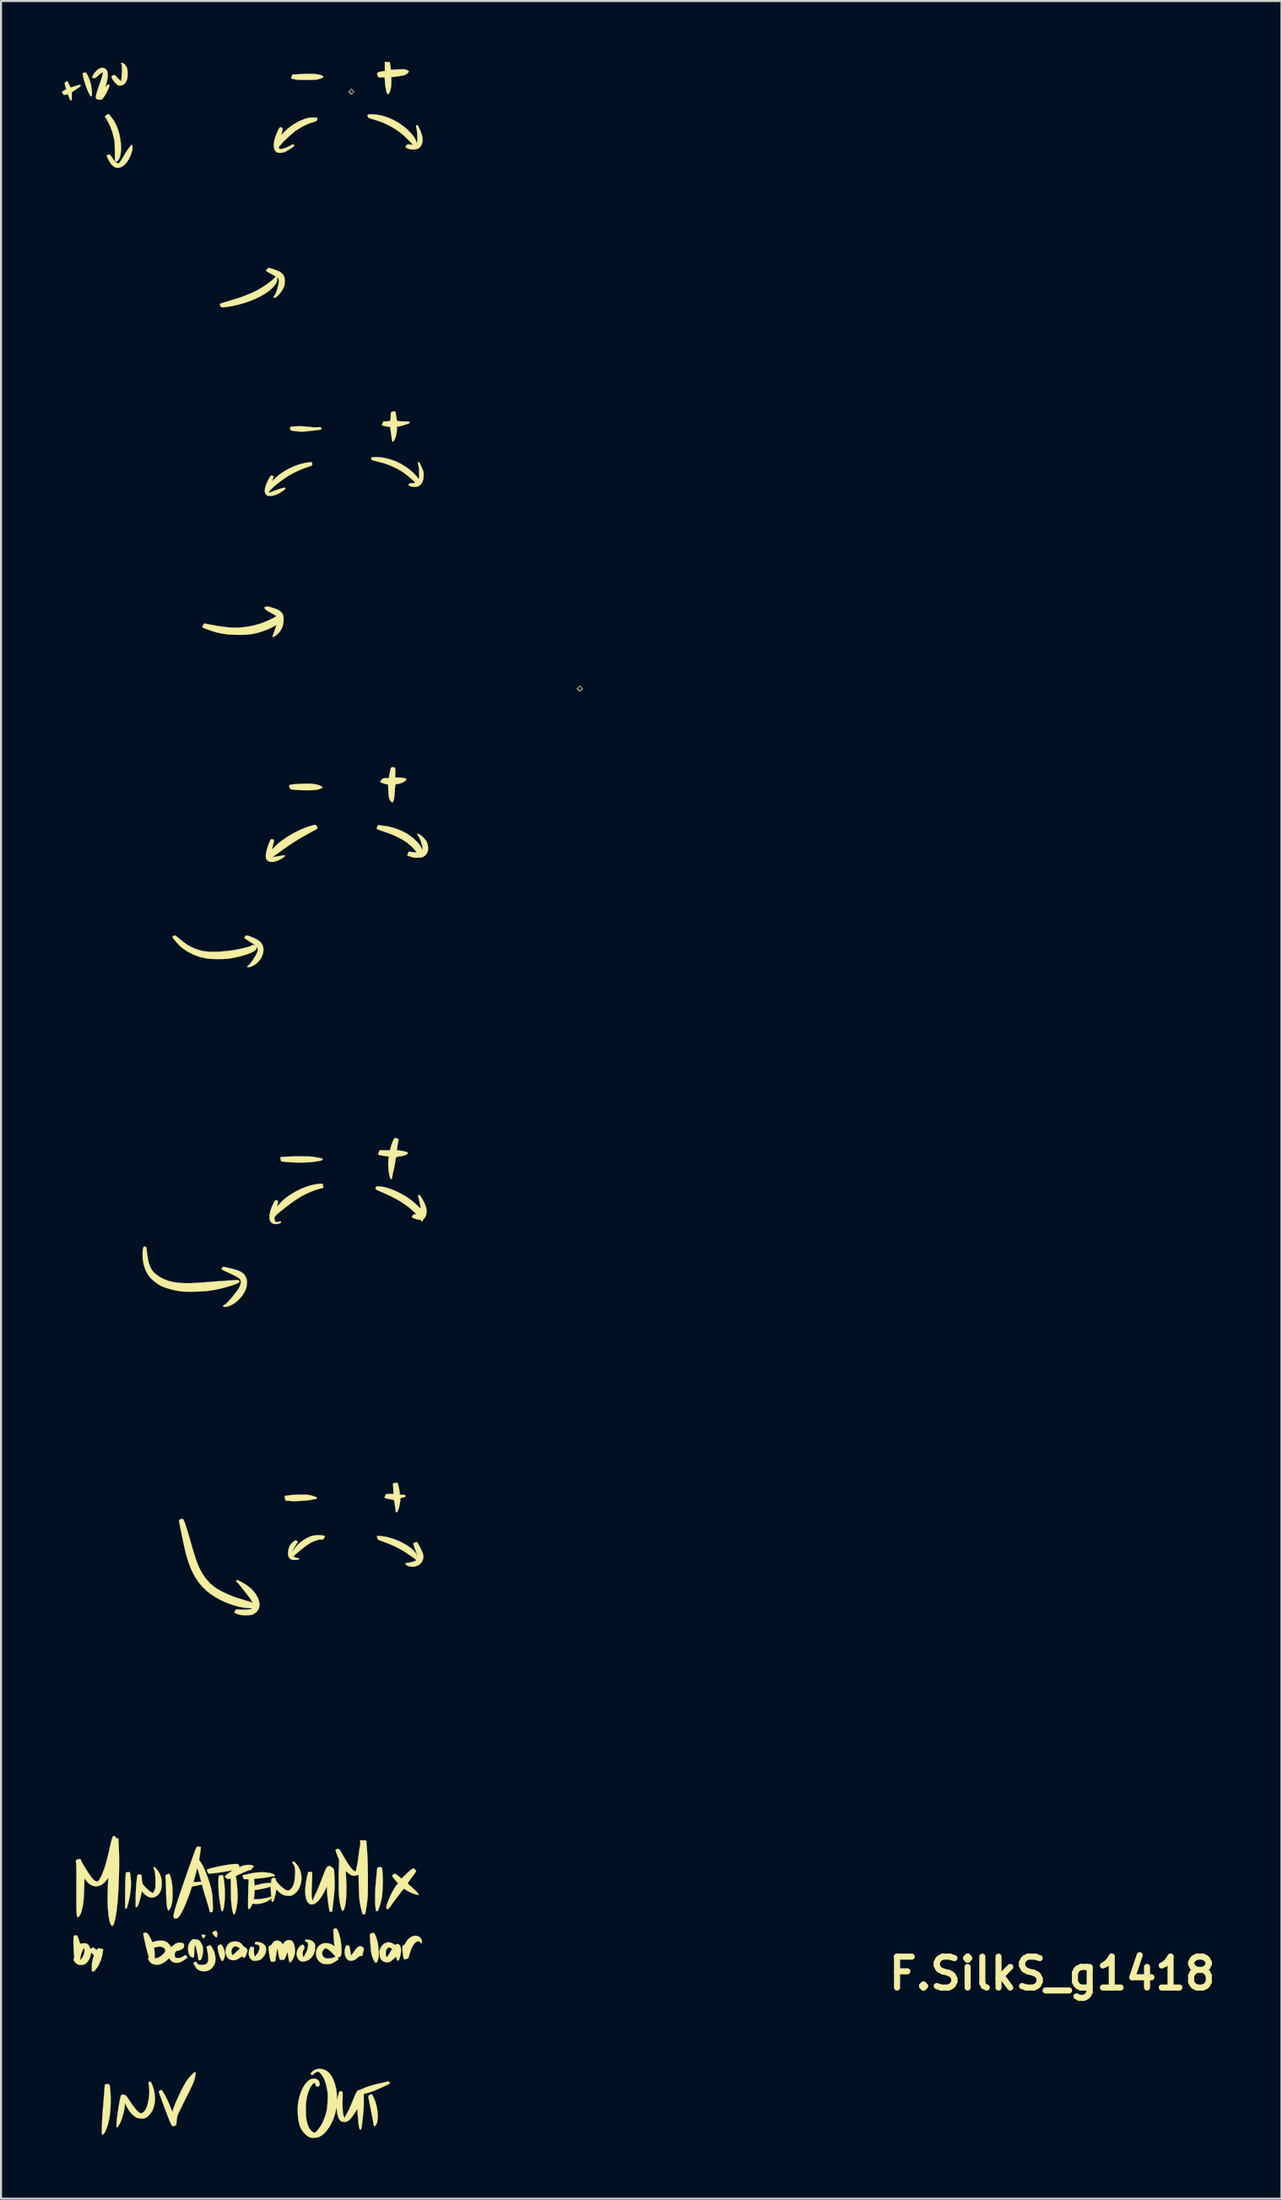
<source format=kicad_pcb>
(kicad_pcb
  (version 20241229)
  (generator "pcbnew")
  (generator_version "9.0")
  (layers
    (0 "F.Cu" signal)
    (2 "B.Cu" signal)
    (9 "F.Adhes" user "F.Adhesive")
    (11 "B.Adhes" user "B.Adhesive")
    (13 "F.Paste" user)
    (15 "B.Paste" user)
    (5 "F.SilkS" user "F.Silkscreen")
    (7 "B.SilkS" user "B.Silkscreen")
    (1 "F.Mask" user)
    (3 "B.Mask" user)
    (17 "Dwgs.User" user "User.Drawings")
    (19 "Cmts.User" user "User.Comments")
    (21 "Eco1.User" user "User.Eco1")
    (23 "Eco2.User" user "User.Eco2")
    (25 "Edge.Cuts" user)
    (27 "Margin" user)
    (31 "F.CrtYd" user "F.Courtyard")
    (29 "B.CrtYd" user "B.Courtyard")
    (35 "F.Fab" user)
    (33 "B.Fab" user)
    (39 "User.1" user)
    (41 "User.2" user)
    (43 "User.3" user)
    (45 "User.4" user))
  (footprint "F.SilkS_g1418"
    (layer "F.Cu")
    (at 48.879 94.326)
    (property "Reference" "F.SilkS_g1418" (at 0 0 0) (layer "F.SilkS") (effects (font (size 1.524 1.524) (thickness 0.3))))
    (attr through_hole)
    (fp_poly (pts (xy -41.884 -1.915) (xy -41.827 -1.905) (xy -41.792 -1.897) (xy -41.787 -1.895) (xy -41.79 -1.872) (xy -41.809 -1.831) (xy -41.838 -1.784) (xy -41.866 -1.748) (xy -41.883 -1.736) (xy -41.91 -1.753) (xy -41.939 -1.794) (xy -41.941 -1.798) (xy -41.971 -1.866) (xy -41.972 -1.905) (xy -41.942 -1.92) (xy -41.884 -1.915)) (stroke (width 0.01) (type solid)) (fill yes) (layer "F.SilkS"))
    (fp_poly (pts (xy -41.242 -2.087) (xy -41.22 -2.042) (xy -41.2 -1.964) (xy -41.209 -1.895) (xy -41.219 -1.845) (xy -41.22 -1.815) (xy -41.219 -1.814) (xy -41.227 -1.8) (xy -41.241 -1.792) (xy -41.274 -1.801) (xy -41.325 -1.84) (xy -41.358 -1.874) (xy -41.416 -1.945) (xy -41.44 -1.998) (xy -41.429 -2.039) (xy -41.385 -2.073) (xy -41.37 -2.081) (xy -41.306 -2.108) (xy -41.268 -2.111) (xy -41.242 -2.087)) (stroke (width 0.01) (type solid)) (fill yes) (layer "F.SilkS"))
    (fp_poly (pts (xy -23.169 -63.394) (xy -23.23 -63.331) (xy -23.281 -63.284) (xy -23.32 -63.272) (xy -23.361 -63.293) (xy -23.4 -63.331) (xy -23.462 -63.395) (xy -23.449 -63.407) (xy -23.432 -63.407) (xy -23.375 -63.348) (xy -23.318 -63.288) (xy -23.258 -63.345) (xy -23.198 -63.402) (xy -23.256 -63.462) (xy -23.313 -63.521) (xy -23.372 -63.464) (xy -23.432 -63.407) (xy -23.449 -63.407) (xy -23.388 -63.469) (xy -23.314 -63.543) (xy -23.169 -63.394)) (stroke (width 0.01) (type solid)) (fill yes) (layer "F.SilkS"))
    (fp_poly (pts (xy -34.453 -92.861) (xy -34.514 -92.787) (xy -34.553 -92.742) (xy -34.581 -92.715) (xy -34.587 -92.712) (xy -34.608 -92.724) (xy -34.646 -92.759) (xy -34.667 -92.78) (xy -34.735 -92.85) (xy -34.725 -92.859) (xy -34.701 -92.859) (xy -34.65 -92.806) (xy -34.613 -92.77) (xy -34.588 -92.753) (xy -34.586 -92.752) (xy -34.564 -92.766) (xy -34.527 -92.8) (xy -34.522 -92.806) (xy -34.472 -92.859) (xy -34.586 -92.974) (xy -34.643 -92.916) (xy -34.701 -92.859) (xy -34.725 -92.859) (xy -34.66 -92.922) (xy -34.586 -92.994) (xy -34.453 -92.861)) (stroke (width 0.01) (type solid)) (fill yes) (layer "F.SilkS"))
    (fp_poly (pts (xy -40.993 -1.42) (xy -40.955 -1.369) (xy -40.916 -1.294) (xy -40.88 -1.206) (xy -40.85 -1.112) (xy -40.832 -1.023) (xy -40.827 -0.963) (xy -40.833 -0.884) (xy -40.852 -0.8) (xy -40.878 -0.721) (xy -40.908 -0.658) (xy -40.938 -0.62) (xy -40.954 -0.615) (xy -40.984 -0.635) (xy -41.023 -0.696) (xy -41.058 -0.768) (xy -41.093 -0.859) (xy -41.127 -0.971) (xy -41.157 -1.092) (xy -41.179 -1.205) (xy -41.19 -1.298) (xy -41.19 -1.318) (xy -41.173 -1.351) (xy -41.131 -1.389) (xy -41.08 -1.422) (xy -41.033 -1.439) (xy -41.026 -1.439) (xy -40.993 -1.42)) (stroke (width 0.01) (type solid)) (fill yes) (layer "F.SilkS"))
    (fp_poly (pts (xy -47.705 -93.794) (xy -47.677 -93.778) (xy -47.648 -93.74) (xy -47.61 -93.673) (xy -47.505 -93.435) (xy -47.434 -93.176) (xy -47.397 -92.901) (xy -47.393 -92.77) (xy -47.395 -92.689) (xy -47.403 -92.642) (xy -47.42 -92.62) (xy -47.425 -92.617) (xy -47.444 -92.621) (xy -47.468 -92.647) (xy -47.501 -92.701) (xy -47.545 -92.788) (xy -47.572 -92.842) (xy -47.651 -93.027) (xy -47.726 -93.24) (xy -47.775 -93.404) (xy -47.811 -93.538) (xy -47.834 -93.636) (xy -47.844 -93.705) (xy -47.84 -93.75) (xy -47.822 -93.776) (xy -47.789 -93.79) (xy -47.741 -93.796) (xy -47.74 -93.796) (xy -47.705 -93.794)) (stroke (width 0.01) (type solid)) (fill yes) (layer "F.SilkS"))
    (fp_poly (pts (xy -33.484 -2.004) (xy -33.449 -1.973) (xy -33.423 -1.928) (xy -33.364 -1.789) (xy -33.315 -1.627) (xy -33.277 -1.45) (xy -33.251 -1.268) (xy -33.237 -1.089) (xy -33.237 -0.921) (xy -33.252 -0.773) (xy -33.281 -0.653) (xy -33.291 -0.629) (xy -33.328 -0.561) (xy -33.364 -0.533) (xy -33.403 -0.543) (xy -33.429 -0.567) (xy -33.462 -0.617) (xy -33.501 -0.695) (xy -33.54 -0.787) (xy -33.573 -0.88) (xy -33.587 -0.932) (xy -33.601 -1.005) (xy -33.615 -1.113) (xy -33.629 -1.248) (xy -33.643 -1.403) (xy -33.655 -1.57) (xy -33.664 -1.732) (xy -33.675 -1.95) (xy -33.602 -1.98) (xy -33.531 -2.005) (xy -33.484 -2.004)) (stroke (width 0.01) (type solid)) (fill yes) (layer "F.SilkS"))
    (fp_poly (pts (xy -40.896 -4.71) (xy -40.86 -4.46) (xy -40.838 -4.201) (xy -40.83 -3.942) (xy -40.835 -3.692) (xy -40.854 -3.46) (xy -40.885 -3.253) (xy -40.911 -3.143) (xy -40.937 -3.088) (xy -40.967 -3.072) (xy -40.995 -3.097) (xy -41.011 -3.147) (xy -41.02 -3.202) (xy -41.035 -3.286) (xy -41.053 -3.385) (xy -41.064 -3.45) (xy -41.085 -3.576) (xy -41.105 -3.717) (xy -41.122 -3.85) (xy -41.126 -3.892) (xy -41.134 -3.996) (xy -41.141 -4.121) (xy -41.145 -4.257) (xy -41.147 -4.395) (xy -41.147 -4.525) (xy -41.145 -4.64) (xy -41.141 -4.729) (xy -41.135 -4.781) (xy -41.124 -4.821) (xy -41.103 -4.84) (xy -41.061 -4.847) (xy -41.021 -4.847) (xy -40.92 -4.847) (xy -40.896 -4.71)) (stroke (width 0.01) (type solid)) (fill yes) (layer "F.SilkS"))
    (fp_poly (pts (xy -36.459 -93.729) (xy -36.316 -93.715) (xy -36.189 -93.692) (xy -36.1 -93.668) (xy -36.025 -93.64) (xy -35.978 -93.612) (xy -35.967 -93.596) (xy -35.981 -93.568) (xy -36.029 -93.536) (xy -36.101 -93.503) (xy -36.189 -93.474) (xy -36.285 -93.452) (xy -36.297 -93.45) (xy -36.354 -93.444) (xy -36.444 -93.44) (xy -36.558 -93.436) (xy -36.688 -93.434) (xy -36.824 -93.433) (xy -36.957 -93.434) (xy -37.079 -93.435) (xy -37.18 -93.438) (xy -37.251 -93.443) (xy -37.264 -93.444) (xy -37.35 -93.457) (xy -37.434 -93.474) (xy -37.503 -93.49) (xy -37.548 -93.505) (xy -37.558 -93.511) (xy -37.556 -93.538) (xy -37.54 -93.588) (xy -37.53 -93.612) (xy -37.492 -93.697) (xy -37.05 -93.722) (xy -36.819 -93.732) (xy -36.624 -93.734) (xy -36.459 -93.729)) (stroke (width 0.01) (type solid)) (fill yes) (layer "F.SilkS"))
    (fp_poly (pts (xy -45.531 -5.002) (xy -45.526 -4.999) (xy -45.513 -4.966) (xy -45.5 -4.9) (xy -45.488 -4.807) (xy -45.478 -4.697) (xy -45.47 -4.578) (xy -45.466 -4.458) (xy -45.466 -4.409) (xy -45.477 -4.153) (xy -45.509 -3.89) (xy -45.565 -3.609) (xy -45.599 -3.472) (xy -45.631 -3.353) (xy -45.657 -3.271) (xy -45.679 -3.222) (xy -45.699 -3.202) (xy -45.702 -3.2) (xy -45.739 -3.204) (xy -45.749 -3.213) (xy -45.752 -3.239) (xy -45.754 -3.302) (xy -45.755 -3.395) (xy -45.756 -3.514) (xy -45.755 -3.652) (xy -45.754 -3.804) (xy -45.753 -3.964) (xy -45.751 -4.127) (xy -45.748 -4.286) (xy -45.745 -4.436) (xy -45.741 -4.571) (xy -45.738 -4.687) (xy -45.734 -4.775) (xy -45.73 -4.829) (xy -45.714 -4.991) (xy -45.627 -5.002) (xy -45.57 -5.006) (xy -45.531 -5.002)) (stroke (width 0.01) (type solid)) (fill yes) (layer "F.SilkS"))
    (fp_poly (pts (xy -33.568 5.966) (xy -33.539 6.015) (xy -33.503 6.085) (xy -33.465 6.169) (xy -33.428 6.258) (xy -33.403 6.326) (xy -33.354 6.496) (xy -33.317 6.672) (xy -33.295 6.849) (xy -33.286 7.018) (xy -33.291 7.173) (xy -33.31 7.309) (xy -33.343 7.417) (xy -33.386 7.488) (xy -33.434 7.527) (xy -33.468 7.53) (xy -33.485 7.498) (xy -33.486 7.481) (xy -33.49 7.441) (xy -33.502 7.366) (xy -33.521 7.258) (xy -33.545 7.125) (xy -33.575 6.97) (xy -33.609 6.798) (xy -33.645 6.616) (xy -33.684 6.427) (xy -33.691 6.392) (xy -33.718 6.262) (xy -33.736 6.167) (xy -33.745 6.1) (xy -33.744 6.055) (xy -33.733 6.026) (xy -33.713 6.006) (xy -33.682 5.989) (xy -33.676 5.986) (xy -33.625 5.963) (xy -33.591 5.95) (xy -33.587 5.949) (xy -33.568 5.966)) (stroke (width 0.01) (type solid)) (fill yes) (layer "F.SilkS"))
    (fp_poly (pts (xy -36.643 -58.71) (xy -36.441 -58.693) (xy -36.276 -58.663) (xy -36.146 -58.617) (xy -36.131 -58.61) (xy -36.067 -58.574) (xy -36.021 -58.541) (xy -36.005 -58.519) (xy -36.024 -58.5) (xy -36.075 -58.475) (xy -36.15 -58.447) (xy -36.169 -58.442) (xy -36.24 -58.422) (xy -36.309 -58.407) (xy -36.386 -58.397) (xy -36.479 -58.391) (xy -36.601 -58.388) (xy -36.671 -58.387) (xy -36.814 -58.386) (xy -36.966 -58.388) (xy -37.114 -58.392) (xy -37.239 -58.398) (xy -37.264 -58.4) (xy -37.391 -58.409) (xy -37.482 -58.418) (xy -37.545 -58.428) (xy -37.585 -58.442) (xy -37.609 -58.46) (xy -37.624 -58.486) (xy -37.632 -58.508) (xy -37.649 -58.556) (xy -37.657 -58.593) (xy -37.653 -58.622) (xy -37.632 -58.643) (xy -37.589 -58.658) (xy -37.521 -58.67) (xy -37.424 -58.68) (xy -37.291 -58.69) (xy -37.161 -58.699) (xy -36.883 -58.711) (xy -36.643 -58.71)) (stroke (width 0.01) (type solid)) (fill yes) (layer "F.SilkS"))
    (fp_poly (pts (xy -36.902 -23.631) (xy -36.773 -23.624) (xy -36.663 -23.61) (xy -36.561 -23.588) (xy -36.457 -23.556) (xy -36.393 -23.534) (xy -36.329 -23.507) (xy -36.299 -23.485) (xy -36.293 -23.46) (xy -36.295 -23.452) (xy -36.318 -23.42) (xy -36.37 -23.41) (xy -36.372 -23.41) (xy -36.431 -23.404) (xy -36.508 -23.389) (xy -36.555 -23.378) (xy -36.609 -23.368) (xy -36.695 -23.356) (xy -36.806 -23.345) (xy -36.933 -23.334) (xy -37.065 -23.324) (xy -37.193 -23.316) (xy -37.31 -23.31) (xy -37.405 -23.308) (xy -37.465 -23.309) (xy -37.512 -23.312) (xy -37.586 -23.317) (xy -37.671 -23.324) (xy -37.676 -23.324) (xy -37.834 -23.336) (xy -37.863 -23.44) (xy -37.879 -23.506) (xy -37.879 -23.544) (xy -37.867 -23.558) (xy -37.825 -23.572) (xy -37.749 -23.586) (xy -37.645 -23.6) (xy -37.522 -23.612) (xy -37.387 -23.621) (xy -37.248 -23.629) (xy -37.113 -23.632) (xy -37.063 -23.632) (xy -36.902 -23.631)) (stroke (width 0.01) (type solid)) (fill yes) (layer "F.SilkS"))
    (fp_poly (pts (xy -37.001 -40.32) (xy -36.853 -40.318) (xy -36.721 -40.315) (xy -36.611 -40.31) (xy -36.528 -40.304) (xy -36.512 -40.302) (xy -36.412 -40.287) (xy -36.308 -40.269) (xy -36.207 -40.251) (xy -36.118 -40.234) (xy -36.051 -40.22) (xy -36.014 -40.21) (xy -36.009 -40.207) (xy -36.008 -40.183) (xy -36.013 -40.159) (xy -36.025 -40.142) (xy -36.053 -40.127) (xy -36.102 -40.112) (xy -36.18 -40.095) (xy -36.292 -40.075) (xy -36.317 -40.071) (xy -36.619 -40.033) (xy -36.953 -40.015) (xy -37.312 -40.017) (xy -37.486 -40.025) (xy -37.607 -40.033) (xy -37.728 -40.041) (xy -37.833 -40.05) (xy -37.911 -40.057) (xy -37.913 -40.057) (xy -38.054 -40.073) (xy -38.078 -40.169) (xy -38.09 -40.228) (xy -38.092 -40.268) (xy -38.089 -40.277) (xy -38.06 -40.286) (xy -37.994 -40.294) (xy -37.898 -40.301) (xy -37.776 -40.307) (xy -37.636 -40.312) (xy -37.482 -40.316) (xy -37.321 -40.319) (xy -37.159 -40.32) (xy -37.001 -40.32)) (stroke (width 0.01) (type solid)) (fill yes) (layer "F.SilkS"))
    (fp_poly (pts (xy -33.12 -5.247) (xy -33.092 -5.232) (xy -33.078 -5.194) (xy -33.074 -5.173) (xy -33.057 -5.047) (xy -33.045 -4.889) (xy -33.039 -4.708) (xy -33.037 -4.512) (xy -33.041 -4.313) (xy -33.05 -4.119) (xy -33.063 -3.939) (xy -33.081 -3.783) (xy -33.094 -3.706) (xy -33.12 -3.589) (xy -33.152 -3.463) (xy -33.188 -3.34) (xy -33.224 -3.232) (xy -33.256 -3.149) (xy -33.266 -3.127) (xy -33.301 -3.082) (xy -33.337 -3.071) (xy -33.365 -3.097) (xy -33.367 -3.104) (xy -33.385 -3.176) (xy -33.399 -3.284) (xy -33.409 -3.421) (xy -33.415 -3.581) (xy -33.416 -3.758) (xy -33.413 -3.944) (xy -33.406 -4.135) (xy -33.394 -4.323) (xy -33.381 -4.477) (xy -33.37 -4.589) (xy -33.358 -4.723) (xy -33.346 -4.861) (xy -33.339 -4.951) (xy -33.326 -5.081) (xy -33.313 -5.171) (xy -33.298 -5.222) (xy -33.291 -5.231) (xy -33.253 -5.242) (xy -33.194 -5.249) (xy -33.176 -5.249) (xy -33.12 -5.247)) (stroke (width 0.01) (type solid)) (fill yes) (layer "F.SilkS"))
    (fp_poly (pts (xy -46.561 -91.741) (xy -46.52 -91.698) (xy -46.468 -91.636) (xy -46.41 -91.562) (xy -46.353 -91.485) (xy -46.303 -91.412) (xy -46.286 -91.385) (xy -46.19 -91.199) (xy -46.108 -90.989) (xy -46.042 -90.763) (xy -45.994 -90.527) (xy -45.964 -90.292) (xy -45.954 -90.066) (xy -45.965 -89.856) (xy -45.999 -89.672) (xy -46.005 -89.649) (xy -46.043 -89.552) (xy -46.091 -89.474) (xy -46.142 -89.422) (xy -46.193 -89.4) (xy -46.229 -89.409) (xy -46.239 -89.422) (xy -46.247 -89.45) (xy -46.253 -89.499) (xy -46.257 -89.572) (xy -46.259 -89.676) (xy -46.26 -89.814) (xy -46.261 -89.889) (xy -46.261 -90.052) (xy -46.264 -90.18) (xy -46.268 -90.284) (xy -46.275 -90.37) (xy -46.285 -90.447) (xy -46.3 -90.524) (xy -46.308 -90.564) (xy -46.387 -90.867) (xy -46.486 -91.14) (xy -46.608 -91.389) (xy -46.685 -91.519) (xy -46.756 -91.629) (xy -46.677 -91.693) (xy -46.629 -91.731) (xy -46.593 -91.754) (xy -46.584 -91.757) (xy -46.561 -91.741)) (stroke (width 0.01) (type solid)) (fill yes) (layer "F.SilkS"))
    (fp_poly (pts (xy -43.583 -4.922) (xy -43.559 -4.89) (xy -43.532 -4.824) (xy -43.503 -4.734) (xy -43.475 -4.627) (xy -43.451 -4.512) (xy -43.447 -4.489) (xy -43.431 -4.365) (xy -43.42 -4.217) (xy -43.414 -4.056) (xy -43.412 -3.892) (xy -43.416 -3.735) (xy -43.425 -3.596) (xy -43.439 -3.484) (xy -43.445 -3.454) (xy -43.475 -3.349) (xy -43.511 -3.254) (xy -43.549 -3.178) (xy -43.586 -3.129) (xy -43.608 -3.116) (xy -43.63 -3.123) (xy -43.649 -3.158) (xy -43.671 -3.227) (xy -43.677 -3.253) (xy -43.688 -3.309) (xy -43.698 -3.381) (xy -43.706 -3.475) (xy -43.714 -3.594) (xy -43.72 -3.743) (xy -43.727 -3.926) (xy -43.731 -4.075) (xy -43.736 -4.242) (xy -43.741 -4.397) (xy -43.746 -4.534) (xy -43.752 -4.649) (xy -43.757 -4.734) (xy -43.761 -4.786) (xy -43.763 -4.798) (xy -43.765 -4.83) (xy -43.744 -4.857) (xy -43.692 -4.888) (xy -43.689 -4.889) (xy -43.633 -4.913) (xy -43.593 -4.923) (xy -43.583 -4.922)) (stroke (width 0.01) (type solid)) (fill yes) (layer "F.SilkS"))
    (fp_poly (pts (xy -36.962 -76.34) (xy -36.812 -76.328) (xy -36.635 -76.309) (xy -36.597 -76.305) (xy -36.486 -76.295) (xy -36.369 -76.291) (xy -36.267 -76.292) (xy -36.243 -76.294) (xy -36.164 -76.3) (xy -36.118 -76.3) (xy -36.093 -76.292) (xy -36.082 -76.272) (xy -36.077 -76.253) (xy -36.07 -76.208) (xy -36.074 -76.186) (xy -36.098 -76.181) (xy -36.157 -76.171) (xy -36.242 -76.16) (xy -36.348 -76.146) (xy -36.466 -76.132) (xy -36.589 -76.118) (xy -36.71 -76.104) (xy -36.821 -76.093) (xy -36.915 -76.084) (xy -36.984 -76.079) (xy -37.02 -76.078) (xy -37.072 -76.081) (xy -37.145 -76.085) (xy -37.19 -76.088) (xy -37.277 -76.095) (xy -37.378 -76.107) (xy -37.447 -76.117) (xy -37.53 -76.134) (xy -37.58 -76.157) (xy -37.605 -76.194) (xy -37.612 -76.254) (xy -37.613 -76.277) (xy -37.611 -76.297) (xy -37.599 -76.311) (xy -37.57 -76.32) (xy -37.518 -76.327) (xy -37.434 -76.334) (xy -37.366 -76.338) (xy -37.227 -76.345) (xy -37.097 -76.346) (xy -36.962 -76.34)) (stroke (width 0.01) (type solid)) (fill yes) (layer "F.SilkS"))
    (fp_poly (pts (xy -31.302 -1.846) (xy -31.204 -1.789) (xy -31.16 -1.739) (xy -31.126 -1.675) (xy -31.105 -1.61) (xy -31.101 -1.555) (xy -31.117 -1.522) (xy -31.16 -1.504) (xy -31.178 -1.517) (xy -31.178 -1.522) (xy -31.197 -1.566) (xy -31.245 -1.589) (xy -31.313 -1.588) (xy -31.321 -1.587) (xy -31.407 -1.547) (xy -31.49 -1.466) (xy -31.568 -1.347) (xy -31.641 -1.192) (xy -31.707 -1.002) (xy -31.731 -0.916) (xy -31.754 -0.833) (xy -31.773 -0.782) (xy -31.794 -0.753) (xy -31.824 -0.736) (xy -31.858 -0.724) (xy -31.925 -0.705) (xy -31.964 -0.702) (xy -31.988 -0.715) (xy -32.005 -0.742) (xy -32.018 -0.786) (xy -32.032 -0.861) (xy -32.045 -0.957) (xy -32.056 -1.064) (xy -32.064 -1.17) (xy -32.067 -1.264) (xy -32.065 -1.33) (xy -32.056 -1.366) (xy -32.034 -1.383) (xy -32.018 -1.387) (xy -31.972 -1.419) (xy -31.927 -1.486) (xy -31.923 -1.494) (xy -31.843 -1.626) (xy -31.746 -1.731) (xy -31.639 -1.808) (xy -31.525 -1.854) (xy -31.411 -1.868) (xy -31.302 -1.846)) (stroke (width 0.01) (type solid)) (fill yes) (layer "F.SilkS"))
    (fp_poly (pts (xy -41.531 -1.379) (xy -41.517 -1.363) (xy -41.422 -1.215) (xy -41.352 -1.049) (xy -41.308 -0.876) (xy -41.294 -0.706) (xy -41.312 -0.548) (xy -41.318 -0.525) (xy -41.365 -0.415) (xy -41.44 -0.307) (xy -41.53 -0.216) (xy -41.576 -0.183) (xy -41.68 -0.138) (xy -41.803 -0.113) (xy -41.928 -0.111) (xy -42.036 -0.133) (xy -42.039 -0.134) (xy -42.148 -0.187) (xy -42.232 -0.261) (xy -42.303 -0.366) (xy -42.309 -0.378) (xy -42.343 -0.444) (xy -42.367 -0.497) (xy -42.376 -0.523) (xy -42.358 -0.546) (xy -42.319 -0.57) (xy -42.274 -0.584) (xy -42.245 -0.571) (xy -42.224 -0.546) (xy -42.197 -0.507) (xy -42.186 -0.484) (xy -42.165 -0.461) (xy -42.113 -0.442) (xy -42.039 -0.43) (xy -41.955 -0.426) (xy -41.92 -0.427) (xy -41.825 -0.441) (xy -41.752 -0.471) (xy -41.699 -0.521) (xy -41.665 -0.594) (xy -41.65 -0.693) (xy -41.653 -0.822) (xy -41.672 -0.984) (xy -41.706 -1.179) (xy -41.735 -1.332) (xy -41.642 -1.368) (xy -41.585 -1.388) (xy -41.552 -1.392) (xy -41.531 -1.379)) (stroke (width 0.01) (type solid)) (fill yes) (layer "F.SilkS"))
    (fp_poly (pts (xy -46.547 5.462) (xy -46.53 5.486) (xy -46.521 5.514) (xy -46.505 5.596) (xy -46.491 5.711) (xy -46.48 5.85) (xy -46.471 6.005) (xy -46.466 6.164) (xy -46.466 6.321) (xy -46.468 6.435) (xy -46.479 6.651) (xy -46.493 6.836) (xy -46.512 6.999) (xy -46.537 7.151) (xy -46.57 7.302) (xy -46.578 7.337) (xy -46.627 7.516) (xy -46.679 7.668) (xy -46.731 7.788) (xy -46.783 7.875) (xy -46.832 7.926) (xy -46.868 7.938) (xy -46.883 7.936) (xy -46.893 7.93) (xy -46.901 7.912) (xy -46.905 7.878) (xy -46.906 7.821) (xy -46.905 7.738) (xy -46.902 7.623) (xy -46.899 7.498) (xy -46.892 7.329) (xy -46.882 7.134) (xy -46.869 6.932) (xy -46.855 6.739) (xy -46.843 6.604) (xy -46.829 6.441) (xy -46.814 6.266) (xy -46.8 6.092) (xy -46.788 5.934) (xy -46.779 5.812) (xy -46.771 5.698) (xy -46.764 5.599) (xy -46.758 5.524) (xy -46.754 5.48) (xy -46.752 5.47) (xy -46.73 5.466) (xy -46.679 5.461) (xy -46.643 5.458) (xy -46.58 5.455) (xy -46.547 5.462)) (stroke (width 0.01) (type solid)) (fill yes) (layer "F.SilkS"))
    (fp_poly (pts (xy -42.292 -1.689) (xy -42.193 -1.675) (xy -42.118 -1.643) (xy -42.056 -1.587) (xy -41.999 -1.499) (xy -41.977 -1.457) (xy -41.938 -1.373) (xy -41.917 -1.303) (xy -41.908 -1.226) (xy -41.907 -1.162) (xy -41.924 -0.97) (xy -41.956 -0.836) (xy -41.981 -0.753) (xy -42 -0.703) (xy -42.02 -0.676) (xy -42.045 -0.664) (xy -42.074 -0.66) (xy -42.119 -0.659) (xy -42.138 -0.674) (xy -42.143 -0.718) (xy -42.143 -0.731) (xy -42.147 -0.776) (xy -42.16 -0.85) (xy -42.178 -0.943) (xy -42.2 -1.047) (xy -42.223 -1.151) (xy -42.245 -1.247) (xy -42.265 -1.324) (xy -42.281 -1.374) (xy -42.286 -1.384) (xy -42.302 -1.391) (xy -42.316 -1.359) (xy -42.328 -1.296) (xy -42.337 -1.204) (xy -42.342 -1.09) (xy -42.343 -1.064) (xy -42.346 -0.943) (xy -42.353 -0.86) (xy -42.367 -0.81) (xy -42.39 -0.789) (xy -42.425 -0.792) (xy -42.474 -0.814) (xy -42.477 -0.815) (xy -42.551 -0.874) (xy -42.604 -0.962) (xy -42.635 -1.083) (xy -42.644 -1.148) (xy -42.646 -1.304) (xy -42.618 -1.435) (xy -42.559 -1.546) (xy -42.512 -1.603) (xy -42.42 -1.699) (xy -42.292 -1.689)) (stroke (width 0.01) (type solid)) (fill yes) (layer "F.SilkS"))
    (fp_poly (pts (xy -34.739 -1.389) (xy -34.701 -1.362) (xy -34.675 -1.308) (xy -34.656 -1.222) (xy -34.65 -1.175) (xy -34.638 -1.086) (xy -34.627 -1.008) (xy -34.618 -0.953) (xy -34.617 -0.948) (xy -34.604 -0.89) (xy -34.557 -0.948) (xy -34.522 -0.993) (xy -34.473 -1.06) (xy -34.419 -1.135) (xy -34.41 -1.148) (xy -34.323 -1.256) (xy -34.244 -1.323) (xy -34.168 -1.352) (xy -34.093 -1.343) (xy -34.034 -1.311) (xy -33.99 -1.265) (xy -33.973 -1.206) (xy -33.984 -1.125) (xy -34.004 -1.058) (xy -34.024 -0.99) (xy -34.035 -0.93) (xy -34.036 -0.916) (xy -34.041 -0.882) (xy -34.065 -0.869) (xy -34.108 -0.871) (xy -34.156 -0.869) (xy -34.201 -0.85) (xy -34.256 -0.807) (xy -34.275 -0.79) (xy -34.369 -0.711) (xy -34.452 -0.663) (xy -34.536 -0.64) (xy -34.609 -0.635) (xy -34.678 -0.638) (xy -34.727 -0.654) (xy -34.774 -0.691) (xy -34.798 -0.715) (xy -34.852 -0.78) (xy -34.886 -0.852) (xy -34.904 -0.919) (xy -34.918 -1.028) (xy -34.916 -1.136) (xy -34.902 -1.235) (xy -34.876 -1.317) (xy -34.84 -1.373) (xy -34.797 -1.397) (xy -34.793 -1.397) (xy -34.739 -1.389)) (stroke (width 0.01) (type solid)) (fill yes) (layer "F.SilkS"))
    (fp_poly (pts (xy -45.404 -90.2) (xy -45.399 -90.181) (xy -45.389 -90.083) (xy -45.404 -89.962) (xy -45.44 -89.824) (xy -45.496 -89.678) (xy -45.568 -89.533) (xy -45.653 -89.395) (xy -45.679 -89.36) (xy -45.782 -89.245) (xy -45.896 -89.16) (xy -46.013 -89.109) (xy -46.128 -89.094) (xy -46.238 -89.115) (xy -46.272 -89.131) (xy -46.331 -89.172) (xy -46.396 -89.229) (xy -46.427 -89.26) (xy -46.469 -89.315) (xy -46.516 -89.387) (xy -46.562 -89.469) (xy -46.604 -89.55) (xy -46.636 -89.623) (xy -46.655 -89.679) (xy -46.656 -89.708) (xy -46.655 -89.709) (xy -46.624 -89.727) (xy -46.573 -89.745) (xy -46.572 -89.745) (xy -46.541 -89.753) (xy -46.516 -89.749) (xy -46.49 -89.73) (xy -46.458 -89.689) (xy -46.411 -89.619) (xy -46.395 -89.595) (xy -46.304 -89.469) (xy -46.221 -89.381) (xy -46.143 -89.328) (xy -46.109 -89.315) (xy -46.08 -89.313) (xy -46.051 -89.331) (xy -46.015 -89.374) (xy -45.98 -89.423) (xy -45.93 -89.5) (xy -45.87 -89.596) (xy -45.811 -89.696) (xy -45.794 -89.726) (xy -45.738 -89.821) (xy -45.677 -89.917) (xy -45.621 -89.998) (xy -45.606 -90.019) (xy -45.555 -90.086) (xy -45.51 -90.148) (xy -45.484 -90.185) (xy -45.449 -90.229) (xy -45.424 -90.234) (xy -45.404 -90.2)) (stroke (width 0.01) (type solid)) (fill yes) (layer "F.SilkS"))
    (fp_poly (pts (xy -32.318 -24.21) (xy -32.307 -24.207) (xy -32.294 -24.179) (xy -32.277 -24.119) (xy -32.258 -24.038) (xy -32.238 -23.946) (xy -32.221 -23.854) (xy -32.208 -23.772) (xy -32.206 -23.753) (xy -32.19 -23.622) (xy -32.067 -23.622) (xy -31.996 -23.62) (xy -31.955 -23.611) (xy -31.935 -23.593) (xy -31.929 -23.578) (xy -31.921 -23.549) (xy -31.925 -23.53) (xy -31.949 -23.517) (xy -32.002 -23.501) (xy -32.046 -23.49) (xy -32.163 -23.461) (xy -32.177 -23.317) (xy -32.212 -23.091) (xy -32.267 -22.898) (xy -32.284 -22.855) (xy -32.311 -22.794) (xy -32.332 -22.765) (xy -32.354 -22.76) (xy -32.38 -22.768) (xy -32.397 -22.794) (xy -32.406 -22.845) (xy -32.406 -22.855) (xy -32.41 -22.91) (xy -32.421 -22.995) (xy -32.436 -23.098) (xy -32.455 -23.207) (xy -32.475 -23.312) (xy -32.481 -23.339) (xy -32.492 -23.365) (xy -32.521 -23.381) (xy -32.576 -23.393) (xy -32.623 -23.398) (xy -32.73 -23.413) (xy -32.825 -23.431) (xy -32.898 -23.451) (xy -32.941 -23.47) (xy -32.947 -23.476) (xy -32.945 -23.504) (xy -32.927 -23.554) (xy -32.915 -23.579) (xy -32.871 -23.664) (xy -32.505 -23.664) (xy -32.519 -23.927) (xy -32.532 -24.19) (xy -32.425 -24.204) (xy -32.362 -24.211) (xy -32.318 -24.21)) (stroke (width 0.01) (type solid)) (fill yes) (layer "F.SilkS"))
    (fp_poly (pts (xy -48.595 -93.348) (xy -48.568 -93.301) (xy -48.534 -93.234) (xy -48.522 -93.209) (xy -48.448 -93.053) (xy -48.226 -93.127) (xy -48.134 -93.156) (xy -48.054 -93.177) (xy -47.997 -93.189) (xy -47.974 -93.189) (xy -47.947 -93.17) (xy -47.949 -93.143) (xy -47.982 -93.105) (xy -48.047 -93.052) (xy -48.147 -92.984) (xy -48.165 -92.972) (xy -48.387 -92.828) (xy -48.387 -92.621) (xy -48.388 -92.525) (xy -48.391 -92.464) (xy -48.398 -92.43) (xy -48.411 -92.416) (xy -48.424 -92.414) (xy -48.45 -92.428) (xy -48.478 -92.473) (xy -48.513 -92.554) (xy -48.521 -92.575) (xy -48.552 -92.654) (xy -48.575 -92.701) (xy -48.595 -92.722) (xy -48.617 -92.724) (xy -48.627 -92.722) (xy -48.706 -92.701) (xy -48.755 -92.695) (xy -48.787 -92.705) (xy -48.814 -92.735) (xy -48.829 -92.758) (xy -48.857 -92.807) (xy -48.873 -92.84) (xy -48.874 -92.844) (xy -48.857 -92.86) (xy -48.812 -92.888) (xy -48.768 -92.911) (xy -48.71 -92.943) (xy -48.672 -92.969) (xy -48.662 -92.98) (xy -48.668 -93.008) (xy -48.682 -93.061) (xy -48.691 -93.091) (xy -48.718 -93.185) (xy -48.733 -93.246) (xy -48.736 -93.284) (xy -48.726 -93.307) (xy -48.702 -93.324) (xy -48.685 -93.334) (xy -48.638 -93.356) (xy -48.61 -93.366) (xy -48.609 -93.366) (xy -48.595 -93.348)) (stroke (width 0.01) (type solid)) (fill yes) (layer "F.SilkS"))
    (fp_poly (pts (xy -45.885 -94.267) (xy -45.848 -94.256) (xy -45.787 -94.213) (xy -45.727 -94.143) (xy -45.677 -94.057) (xy -45.655 -93.999) (xy -45.641 -93.927) (xy -45.634 -93.827) (xy -45.633 -93.715) (xy -45.637 -93.604) (xy -45.648 -93.51) (xy -45.656 -93.472) (xy -45.707 -93.341) (xy -45.781 -93.243) (xy -45.877 -93.181) (xy -45.992 -93.155) (xy -46.015 -93.154) (xy -46.072 -93.16) (xy -46.121 -93.18) (xy -46.177 -93.224) (xy -46.197 -93.242) (xy -46.261 -93.31) (xy -46.327 -93.394) (xy -46.368 -93.454) (xy -46.41 -93.531) (xy -46.425 -93.582) (xy -46.412 -93.618) (xy -46.368 -93.647) (xy -46.335 -93.662) (xy -46.306 -93.672) (xy -46.281 -93.672) (xy -46.252 -93.657) (xy -46.212 -93.622) (xy -46.154 -93.564) (xy -46.118 -93.527) (xy -46.051 -93.46) (xy -45.992 -93.407) (xy -45.949 -93.374) (xy -45.932 -93.366) (xy -45.913 -93.372) (xy -45.925 -93.383) (xy -45.939 -93.405) (xy -45.941 -93.452) (xy -45.932 -93.532) (xy -45.931 -93.536) (xy -45.923 -93.61) (xy -45.917 -93.703) (xy -45.913 -93.807) (xy -45.911 -93.914) (xy -45.912 -94.017) (xy -45.914 -94.107) (xy -45.918 -94.176) (xy -45.924 -94.217) (xy -45.93 -94.224) (xy -45.957 -94.227) (xy -45.963 -94.234) (xy -45.963 -94.258) (xy -45.933 -94.269) (xy -45.885 -94.267)) (stroke (width 0.01) (type solid)) (fill yes) (layer "F.SilkS"))
    (fp_poly (pts (xy -39.162 -1.557) (xy -39.054 -1.525) (xy -38.953 -1.474) (xy -38.871 -1.409) (xy -38.829 -1.352) (xy -38.806 -1.277) (xy -38.8 -1.179) (xy -38.809 -1.075) (xy -38.822 -1.015) (xy -38.86 -0.931) (xy -38.92 -0.84) (xy -38.99 -0.758) (xy -39.06 -0.698) (xy -39.07 -0.691) (xy -39.13 -0.667) (xy -39.211 -0.646) (xy -39.277 -0.636) (xy -39.36 -0.63) (xy -39.418 -0.635) (xy -39.468 -0.653) (xy -39.492 -0.666) (xy -39.57 -0.732) (xy -39.623 -0.825) (xy -39.651 -0.937) (xy -39.652 -1.06) (xy -39.623 -1.185) (xy -39.603 -1.233) (xy -39.573 -1.294) (xy -39.549 -1.324) (xy -39.519 -1.329) (xy -39.471 -1.315) (xy -39.459 -1.311) (xy -39.394 -1.288) (xy -39.396 -1.115) (xy -39.392 -0.999) (xy -39.378 -0.913) (xy -39.354 -0.861) (xy -39.327 -0.847) (xy -39.308 -0.864) (xy -39.306 -0.875) (xy -39.292 -0.909) (xy -39.261 -0.944) (xy -39.213 -1.004) (xy -39.168 -1.089) (xy -39.133 -1.181) (xy -39.117 -1.263) (xy -39.116 -1.275) (xy -39.132 -1.358) (xy -39.18 -1.414) (xy -39.255 -1.438) (xy -39.276 -1.439) (xy -39.326 -1.442) (xy -39.345 -1.458) (xy -39.345 -1.496) (xy -39.345 -1.498) (xy -39.334 -1.538) (xy -39.303 -1.557) (xy -39.264 -1.563) (xy -39.162 -1.557)) (stroke (width 0.01) (type solid)) (fill yes) (layer "F.SilkS"))
    (fp_poly (pts (xy -32.814 -94.314) (xy -32.692 -94.308) (xy -32.663 -94.111) (xy -32.648 -94.018) (xy -32.636 -93.961) (xy -32.623 -93.932) (xy -32.608 -93.926) (xy -32.599 -93.928) (xy -32.567 -93.934) (xy -32.5 -93.94) (xy -32.409 -93.946) (xy -32.3 -93.951) (xy -32.257 -93.953) (xy -32.134 -93.957) (xy -32.044 -93.958) (xy -31.979 -93.956) (xy -31.93 -93.949) (xy -31.888 -93.936) (xy -31.85 -93.921) (xy -31.793 -93.892) (xy -31.757 -93.866) (xy -31.75 -93.856) (xy -31.767 -93.814) (xy -31.813 -93.764) (xy -31.875 -93.716) (xy -31.942 -93.68) (xy -31.957 -93.674) (xy -32.017 -93.658) (xy -32.107 -93.64) (xy -32.215 -93.622) (xy -32.329 -93.606) (xy -32.336 -93.605) (xy -32.615 -93.571) (xy -32.615 -93.331) (xy -32.62 -93.181) (xy -32.637 -93.043) (xy -32.663 -92.924) (xy -32.696 -92.829) (xy -32.735 -92.763) (xy -32.778 -92.733) (xy -32.79 -92.731) (xy -32.81 -92.741) (xy -32.829 -92.774) (xy -32.85 -92.837) (xy -32.87 -92.919) (xy -32.891 -93.028) (xy -32.911 -93.157) (xy -32.924 -93.284) (xy -32.928 -93.332) (xy -32.942 -93.557) (xy -33.252 -93.557) (xy -33.284 -93.633) (xy -33.31 -93.702) (xy -33.316 -93.751) (xy -33.299 -93.785) (xy -33.254 -93.811) (xy -33.175 -93.833) (xy -33.078 -93.852) (xy -32.935 -93.879) (xy -32.935 -94.321) (xy -32.814 -94.314)) (stroke (width 0.01) (type solid)) (fill yes) (layer "F.SilkS"))
    (fp_poly (pts (xy -40.613 -34.808) (xy -40.435 -34.765) (xy -40.293 -34.725) (xy -40.178 -34.686) (xy -40.085 -34.646) (xy -40.006 -34.601) (xy -39.991 -34.591) (xy -39.91 -34.529) (xy -39.851 -34.461) (xy -39.802 -34.372) (xy -39.777 -34.311) (xy -39.754 -34.249) (xy -39.743 -34.194) (xy -39.74 -34.132) (xy -39.745 -34.048) (xy -39.749 -34.008) (xy -39.761 -33.905) (xy -39.781 -33.82) (xy -39.812 -33.735) (xy -39.857 -33.638) (xy -39.953 -33.478) (xy -40.078 -33.322) (xy -40.223 -33.179) (xy -40.378 -33.06) (xy -40.498 -32.991) (xy -40.604 -32.945) (xy -40.704 -32.913) (xy -40.792 -32.895) (xy -40.861 -32.893) (xy -40.904 -32.907) (xy -40.915 -32.93) (xy -40.896 -32.971) (xy -40.864 -32.986) (xy -40.821 -33.01) (xy -40.757 -33.064) (xy -40.679 -33.142) (xy -40.591 -33.237) (xy -40.497 -33.345) (xy -40.403 -33.46) (xy -40.312 -33.576) (xy -40.23 -33.688) (xy -40.16 -33.79) (xy -40.109 -33.877) (xy -40.093 -33.908) (xy -40.052 -34.029) (xy -40.042 -34.139) (xy -40.063 -34.232) (xy -40.082 -34.264) (xy -40.124 -34.302) (xy -40.2 -34.352) (xy -40.308 -34.413) (xy -40.442 -34.482) (xy -40.599 -34.557) (xy -40.725 -34.614) (xy -40.811 -34.654) (xy -40.888 -34.693) (xy -40.944 -34.724) (xy -40.957 -34.734) (xy -41.01 -34.774) (xy -40.962 -34.825) (xy -40.913 -34.877) (xy -40.613 -34.808)) (stroke (width 0.01) (type solid)) (fill yes) (layer "F.SilkS"))
    (fp_poly (pts (xy -36.635 -1.655) (xy -36.523 -1.609) (xy -36.439 -1.538) (xy -36.426 -1.521) (xy -36.399 -1.478) (xy -36.384 -1.432) (xy -36.377 -1.37) (xy -36.376 -1.281) (xy -36.393 -1.11) (xy -36.445 -0.96) (xy -36.536 -0.82) (xy -36.568 -0.783) (xy -36.664 -0.699) (xy -36.776 -0.637) (xy -36.894 -0.6) (xy -37.007 -0.592) (xy -37.084 -0.608) (xy -37.161 -0.656) (xy -37.224 -0.736) (xy -37.269 -0.836) (xy -37.29 -0.947) (xy -37.287 -1.043) (xy -37.255 -1.155) (xy -37.203 -1.258) (xy -37.136 -1.343) (xy -37.06 -1.4) (xy -36.999 -1.421) (xy -36.964 -1.42) (xy -36.941 -1.399) (xy -36.921 -1.347) (xy -36.918 -1.339) (xy -36.902 -1.28) (xy -36.903 -1.243) (xy -36.924 -1.207) (xy -36.933 -1.195) (xy -36.964 -1.138) (xy -36.985 -1.066) (xy -36.995 -0.989) (xy -36.994 -0.918) (xy -36.982 -0.863) (xy -36.958 -0.832) (xy -36.939 -0.83) (xy -36.909 -0.854) (xy -36.897 -0.885) (xy -36.881 -0.934) (xy -36.849 -0.994) (xy -36.839 -1.01) (xy -36.78 -1.125) (xy -36.74 -1.261) (xy -36.724 -1.4) (xy -36.724 -1.409) (xy -36.73 -1.489) (xy -36.752 -1.538) (xy -36.795 -1.564) (xy -36.819 -1.57) (xy -36.857 -1.595) (xy -36.869 -1.625) (xy -36.869 -1.652) (xy -36.854 -1.666) (xy -36.813 -1.671) (xy -36.763 -1.672) (xy -36.635 -1.655)) (stroke (width 0.01) (type solid)) (fill yes) (layer "F.SilkS"))
    (fp_poly (pts (xy -40.219 -1.577) (xy -40.101 -1.537) (xy -40.009 -1.465) (xy -39.965 -1.406) (xy -39.91 -1.336) (xy -39.854 -1.305) (xy -39.8 -1.276) (xy -39.751 -1.218) (xy -39.732 -1.188) (xy -39.72 -1.164) (xy -39.716 -1.139) (xy -39.722 -1.104) (xy -39.738 -1.052) (xy -39.765 -0.976) (xy -39.801 -0.878) (xy -39.828 -0.82) (xy -39.862 -0.793) (xy -39.888 -0.787) (xy -39.934 -0.791) (xy -39.955 -0.822) (xy -39.956 -0.824) (xy -39.965 -0.847) (xy -39.98 -0.851) (xy -40.011 -0.835) (xy -40.067 -0.795) (xy -40.069 -0.794) (xy -40.201 -0.711) (xy -40.323 -0.666) (xy -40.441 -0.658) (xy -40.537 -0.677) (xy -40.644 -0.729) (xy -40.724 -0.814) (xy -40.775 -0.926) (xy -40.797 -1.065) (xy -40.797 -1.09) (xy -40.513 -1.09) (xy -40.506 -1.038) (xy -40.49 -0.98) (xy -40.47 -0.933) (xy -40.451 -0.91) (xy -40.449 -0.91) (xy -40.428 -0.924) (xy -40.383 -0.961) (xy -40.321 -1.016) (xy -40.258 -1.073) (xy -40.085 -1.236) (xy -40.132 -1.274) (xy -40.184 -1.306) (xy -40.25 -1.333) (xy -40.258 -1.336) (xy -40.316 -1.349) (xy -40.358 -1.341) (xy -40.404 -1.312) (xy -40.47 -1.238) (xy -40.508 -1.143) (xy -40.513 -1.09) (xy -40.797 -1.09) (xy -40.797 -1.101) (xy -40.791 -1.196) (xy -40.772 -1.273) (xy -40.734 -1.353) (xy -40.661 -1.46) (xy -40.574 -1.531) (xy -40.464 -1.571) (xy -40.363 -1.584) (xy -40.219 -1.577)) (stroke (width 0.01) (type solid)) (fill yes) (layer "F.SilkS"))
    (fp_poly (pts (xy -36.033 -21.622) (xy -35.954 -21.606) (xy -35.908 -21.584) (xy -35.899 -21.564) (xy -35.909 -21.533) (xy -35.935 -21.484) (xy -35.942 -21.472) (xy -35.976 -21.426) (xy -36.009 -21.41) (xy -36.047 -21.413) (xy -36.133 -21.415) (xy -36.245 -21.394) (xy -36.373 -21.353) (xy -36.509 -21.296) (xy -36.645 -21.225) (xy -36.772 -21.145) (xy -36.783 -21.137) (xy -36.902 -21.048) (xy -37.032 -20.947) (xy -37.162 -20.841) (xy -37.279 -20.742) (xy -37.367 -20.663) (xy -37.449 -20.587) (xy -37.402 -20.549) (xy -37.343 -20.521) (xy -37.271 -20.511) (xy -37.204 -20.502) (xy -37.176 -20.478) (xy -37.17 -20.452) (xy -37.179 -20.436) (xy -37.212 -20.425) (xy -37.275 -20.417) (xy -37.341 -20.412) (xy -37.432 -20.409) (xy -37.495 -20.414) (xy -37.545 -20.429) (xy -37.569 -20.442) (xy -37.643 -20.498) (xy -37.69 -20.572) (xy -37.712 -20.672) (xy -37.715 -20.786) (xy -37.69 -20.943) (xy -37.634 -21.089) (xy -37.551 -21.216) (xy -37.445 -21.315) (xy -37.393 -21.347) (xy -37.344 -21.372) (xy -37.315 -21.376) (xy -37.289 -21.359) (xy -37.271 -21.342) (xy -37.226 -21.297) (xy -37.302 -21.191) (xy -37.367 -21.093) (xy -37.426 -20.988) (xy -37.472 -20.891) (xy -37.495 -20.828) (xy -37.493 -20.819) (xy -37.474 -20.842) (xy -37.442 -20.892) (xy -37.432 -20.91) (xy -37.323 -21.064) (xy -37.18 -21.213) (xy -37.013 -21.349) (xy -36.829 -21.465) (xy -36.642 -21.554) (xy -36.547 -21.588) (xy -36.458 -21.609) (xy -36.357 -21.622) (xy -36.267 -21.628) (xy -36.139 -21.629) (xy -36.033 -21.622)) (stroke (width 0.01) (type solid)) (fill yes) (layer "F.SilkS"))
    (fp_poly (pts (xy -32.495 -59.518) (xy -32.458 -59.506) (xy -32.435 -59.478) (xy -32.424 -59.427) (xy -32.421 -59.347) (xy -32.422 -59.246) (xy -32.428 -59.013) (xy -32.287 -59.013) (xy -32.185 -59.009) (xy -32.075 -58.998) (xy -32.011 -58.989) (xy -31.936 -58.974) (xy -31.894 -58.958) (xy -31.878 -58.937) (xy -31.877 -58.927) (xy -31.896 -58.881) (xy -31.948 -58.831) (xy -32.024 -58.783) (xy -32.114 -58.742) (xy -32.21 -58.713) (xy -32.265 -58.703) (xy -32.334 -58.693) (xy -32.387 -58.682) (xy -32.405 -58.675) (xy -32.417 -58.646) (xy -32.428 -58.578) (xy -32.438 -58.473) (xy -32.448 -58.331) (xy -32.448 -58.323) (xy -32.461 -58.146) (xy -32.478 -58.001) (xy -32.5 -57.892) (xy -32.525 -57.82) (xy -32.554 -57.787) (xy -32.563 -57.785) (xy -32.595 -57.8) (xy -32.631 -57.833) (xy -32.675 -57.89) (xy -32.708 -57.952) (xy -32.731 -58.026) (xy -32.747 -58.12) (xy -32.756 -58.243) (xy -32.761 -58.362) (xy -32.765 -58.471) (xy -32.769 -58.564) (xy -32.772 -58.633) (xy -32.775 -58.67) (xy -32.776 -58.674) (xy -32.834 -58.68) (xy -32.908 -58.696) (xy -32.988 -58.719) (xy -33.065 -58.745) (xy -33.126 -58.77) (xy -33.163 -58.792) (xy -33.168 -58.801) (xy -33.155 -58.824) (xy -33.123 -58.867) (xy -33.097 -58.897) (xy -33.058 -58.941) (xy -33.024 -58.965) (xy -32.981 -58.976) (xy -32.916 -58.98) (xy -32.882 -58.98) (xy -32.738 -58.981) (xy -32.702 -59.193) (xy -32.679 -59.317) (xy -32.659 -59.406) (xy -32.64 -59.465) (xy -32.618 -59.499) (xy -32.59 -59.516) (xy -32.554 -59.52) (xy -32.55 -59.52) (xy -32.495 -59.518)) (stroke (width 0.01) (type solid)) (fill yes) (layer "F.SilkS"))
    (fp_poly (pts (xy -46.786 -94.013) (xy -46.723 -93.978) (xy -46.663 -93.917) (xy -46.626 -93.822) (xy -46.612 -93.695) (xy -46.622 -93.538) (xy -46.655 -93.354) (xy -46.68 -93.252) (xy -46.731 -93.063) (xy -46.665 -93.142) (xy -46.617 -93.191) (xy -46.58 -93.209) (xy -46.559 -93.206) (xy -46.533 -93.185) (xy -46.53 -93.143) (xy -46.533 -93.127) (xy -46.554 -93.059) (xy -46.593 -92.966) (xy -46.643 -92.861) (xy -46.7 -92.753) (xy -46.757 -92.656) (xy -46.809 -92.579) (xy -46.818 -92.567) (xy -46.868 -92.507) (xy -46.905 -92.474) (xy -46.942 -92.46) (xy -46.99 -92.457) (xy -46.996 -92.457) (xy -47.065 -92.463) (xy -47.124 -92.475) (xy -47.133 -92.478) (xy -47.176 -92.507) (xy -47.195 -92.532) (xy -47.2 -92.585) (xy -47.188 -92.671) (xy -47.157 -92.792) (xy -47.109 -92.948) (xy -47.042 -93.142) (xy -47.033 -93.165) (xy -46.976 -93.326) (xy -46.928 -93.471) (xy -46.89 -93.595) (xy -46.863 -93.695) (xy -46.848 -93.765) (xy -46.848 -93.801) (xy -46.849 -93.804) (xy -46.877 -93.804) (xy -46.926 -93.779) (xy -46.989 -93.735) (xy -47.058 -93.678) (xy -47.11 -93.628) (xy -47.184 -93.559) (xy -47.243 -93.523) (xy -47.296 -93.517) (xy -47.351 -93.536) (xy -47.351 -93.536) (xy -47.376 -93.552) (xy -47.381 -93.571) (xy -47.367 -93.608) (xy -47.351 -93.638) (xy -47.267 -93.774) (xy -47.225 -93.821) (xy -46.821 -93.821) (xy -46.81 -93.811) (xy -46.8 -93.821) (xy -46.81 -93.832) (xy -46.821 -93.821) (xy -47.225 -93.821) (xy -47.165 -93.889) (xy -47.055 -93.974) (xy -47.023 -93.991) (xy -46.934 -94.027) (xy -46.86 -94.035) (xy -46.786 -94.013)) (stroke (width 0.01) (type solid)) (fill yes) (layer "F.SilkS"))
    (fp_poly (pts (xy -32.703 -1.537) (xy -32.604 -1.513) (xy -32.519 -1.472) (xy -32.481 -1.44) (xy -32.453 -1.415) (xy -32.424 -1.415) (xy -32.388 -1.434) (xy -32.313 -1.459) (xy -32.249 -1.444) (xy -32.197 -1.392) (xy -32.159 -1.304) (xy -32.139 -1.191) (xy -32.138 -1.114) (xy -32.147 -1.021) (xy -32.165 -0.922) (xy -32.188 -0.826) (xy -32.215 -0.74) (xy -32.243 -0.675) (xy -32.27 -0.639) (xy -32.281 -0.635) (xy -32.312 -0.65) (xy -32.337 -0.7) (xy -32.344 -0.725) (xy -32.361 -0.783) (xy -32.374 -0.822) (xy -32.377 -0.829) (xy -32.395 -0.822) (xy -32.434 -0.791) (xy -32.487 -0.742) (xy -32.501 -0.728) (xy -32.6 -0.638) (xy -32.689 -0.583) (xy -32.776 -0.558) (xy -32.871 -0.56) (xy -32.93 -0.571) (xy -33.039 -0.615) (xy -33.119 -0.69) (xy -33.172 -0.795) (xy -33.197 -0.932) (xy -33.199 -0.996) (xy -33.199 -1.006) (xy -32.892 -1.006) (xy -32.889 -0.925) (xy -32.877 -0.861) (xy -32.871 -0.845) (xy -32.855 -0.823) (xy -32.837 -0.821) (xy -32.81 -0.843) (xy -32.771 -0.894) (xy -32.731 -0.953) (xy -32.683 -1.028) (xy -32.636 -1.108) (xy -32.621 -1.137) (xy -32.575 -1.226) (xy -32.638 -1.259) (xy -32.692 -1.282) (xy -32.736 -1.291) (xy -32.736 -1.291) (xy -32.779 -1.273) (xy -32.826 -1.228) (xy -32.865 -1.168) (xy -32.874 -1.147) (xy -32.887 -1.086) (xy -32.892 -1.006) (xy -33.199 -1.006) (xy -33.197 -1.09) (xy -33.186 -1.16) (xy -33.162 -1.227) (xy -33.136 -1.281) (xy -33.056 -1.401) (xy -32.956 -1.486) (xy -32.841 -1.533) (xy -32.8 -1.54) (xy -32.703 -1.537)) (stroke (width 0.01) (type solid)) (fill yes) (layer "F.SilkS"))
    (fp_poly (pts (xy -32.392 -76.941) (xy -32.376 -76.85) (xy -32.361 -76.759) (xy -32.354 -76.706) (xy -32.341 -76.608) (xy -32.231 -76.595) (xy -32.157 -76.588) (xy -32.059 -76.584) (xy -31.955 -76.581) (xy -31.927 -76.581) (xy -31.832 -76.58) (xy -31.772 -76.575) (xy -31.738 -76.566) (xy -31.722 -76.55) (xy -31.72 -76.546) (xy -31.712 -76.513) (xy -31.713 -76.505) (xy -31.742 -76.49) (xy -31.801 -76.467) (xy -31.881 -76.439) (xy -31.972 -76.409) (xy -32.063 -76.382) (xy -32.144 -76.359) (xy -32.205 -76.345) (xy -32.343 -76.32) (xy -32.343 -76.199) (xy -32.35 -76.077) (xy -32.37 -75.951) (xy -32.4 -75.831) (xy -32.437 -75.725) (xy -32.479 -75.643) (xy -32.523 -75.594) (xy -32.524 -75.594) (xy -32.543 -75.583) (xy -32.557 -75.585) (xy -32.568 -75.606) (xy -32.579 -75.651) (xy -32.591 -75.728) (xy -32.603 -75.803) (xy -32.619 -75.916) (xy -32.635 -76.031) (xy -32.648 -76.13) (xy -32.654 -76.179) (xy -32.665 -76.253) (xy -32.676 -76.295) (xy -32.694 -76.315) (xy -32.722 -76.321) (xy -32.724 -76.322) (xy -32.809 -76.332) (xy -32.896 -76.346) (xy -32.976 -76.362) (xy -33.038 -76.377) (xy -33.071 -76.389) (xy -33.073 -76.391) (xy -33.073 -76.42) (xy -33.059 -76.472) (xy -33.051 -76.492) (xy -33.018 -76.575) (xy -32.848 -76.587) (xy -32.767 -76.594) (xy -32.703 -76.602) (xy -32.667 -76.611) (xy -32.664 -76.613) (xy -32.657 -76.639) (xy -32.651 -76.697) (xy -32.647 -76.778) (xy -32.645 -76.83) (xy -32.642 -76.931) (xy -32.634 -76.998) (xy -32.617 -77.038) (xy -32.587 -77.059) (xy -32.538 -77.068) (xy -32.501 -77.072) (xy -32.417 -77.078) (xy -32.392 -76.941)) (stroke (width 0.01) (type solid)) (fill yes) (layer "F.SilkS"))
    (fp_poly (pts (xy -32.399 -41.226) (xy -32.348 -41.208) (xy -32.298 -41.187) (xy -32.264 -41.169) (xy -32.258 -41.162) (xy -32.261 -41.138) (xy -32.271 -41.082) (xy -32.284 -41.001) (xy -32.3 -40.905) (xy -32.317 -40.807) (xy -32.33 -40.724) (xy -32.339 -40.665) (xy -32.343 -40.64) (xy -32.324 -40.629) (xy -32.274 -40.617) (xy -32.221 -40.609) (xy -32.106 -40.593) (xy -32 -40.572) (xy -31.909 -40.549) (xy -31.843 -40.527) (xy -31.808 -40.507) (xy -31.806 -40.503) (xy -31.811 -40.462) (xy -31.853 -40.422) (xy -31.927 -40.384) (xy -32.029 -40.351) (xy -32.153 -40.326) (xy -32.192 -40.321) (xy -32.274 -40.311) (xy -32.33 -40.301) (xy -32.367 -40.284) (xy -32.389 -40.254) (xy -32.404 -40.202) (xy -32.416 -40.121) (xy -32.428 -40.026) (xy -32.443 -39.929) (xy -32.466 -39.809) (xy -32.493 -39.682) (xy -32.514 -39.593) (xy -32.538 -39.488) (xy -32.558 -39.392) (xy -32.571 -39.315) (xy -32.575 -39.27) (xy -32.587 -39.217) (xy -32.613 -39.197) (xy -32.646 -39.211) (xy -32.676 -39.26) (xy -32.679 -39.269) (xy -32.727 -39.467) (xy -32.758 -39.689) (xy -32.768 -39.922) (xy -32.758 -40.15) (xy -32.757 -40.166) (xy -32.741 -40.317) (xy -32.879 -40.332) (xy -32.966 -40.343) (xy -33.058 -40.359) (xy -33.145 -40.377) (xy -33.215 -40.394) (xy -33.259 -40.409) (xy -33.266 -40.413) (xy -33.265 -40.438) (xy -33.249 -40.487) (xy -33.235 -40.522) (xy -33.192 -40.619) (xy -32.684 -40.619) (xy -32.65 -40.741) (xy -32.629 -40.814) (xy -32.611 -40.876) (xy -32.603 -40.905) (xy -32.58 -40.973) (xy -32.547 -41.049) (xy -32.511 -41.122) (xy -32.476 -41.184) (xy -32.447 -41.224) (xy -32.434 -41.233) (xy -32.399 -41.226)) (stroke (width 0.01) (type solid)) (fill yes) (layer "F.SilkS"))
    (fp_poly (pts (xy -36.563 -74.568) (xy -36.541 -74.558) (xy -36.53 -74.536) (xy -36.527 -74.525) (xy -36.516 -74.481) (xy -36.516 -74.448) (xy -36.533 -74.421) (xy -36.57 -74.397) (xy -36.635 -74.37) (xy -36.732 -74.336) (xy -36.784 -74.319) (xy -37.003 -74.239) (xy -37.23 -74.142) (xy -37.452 -74.034) (xy -37.654 -73.923) (xy -37.753 -73.861) (xy -37.906 -73.758) (xy -38.057 -73.649) (xy -38.201 -73.54) (xy -38.334 -73.433) (xy -38.45 -73.333) (xy -38.543 -73.244) (xy -38.611 -73.171) (xy -38.642 -73.126) (xy -38.657 -73.091) (xy -38.655 -73.073) (xy -38.631 -73.071) (xy -38.581 -73.085) (xy -38.5 -73.117) (xy -38.441 -73.142) (xy -38.332 -73.184) (xy -38.206 -73.228) (xy -38.089 -73.266) (xy -38.073 -73.27) (xy -37.981 -73.295) (xy -37.921 -73.308) (xy -37.883 -73.309) (xy -37.86 -73.301) (xy -37.852 -73.294) (xy -37.842 -73.276) (xy -37.85 -73.255) (xy -37.881 -73.223) (xy -37.941 -73.176) (xy -37.969 -73.155) (xy -38.142 -73.043) (xy -38.314 -72.962) (xy -38.479 -72.916) (xy -38.632 -72.904) (xy -38.708 -72.913) (xy -38.752 -72.935) (xy -38.8 -72.977) (xy -38.808 -72.986) (xy -38.851 -73.065) (xy -38.863 -73.169) (xy -38.845 -73.299) (xy -38.798 -73.452) (xy -38.763 -73.539) (xy -38.72 -73.633) (xy -38.673 -73.725) (xy -38.628 -73.806) (xy -38.587 -73.87) (xy -38.557 -73.907) (xy -38.545 -73.914) (xy -38.513 -73.907) (xy -38.473 -73.894) (xy -38.419 -73.873) (xy -38.461 -73.752) (xy -38.502 -73.631) (xy -38.349 -73.78) (xy -38.145 -73.956) (xy -37.911 -74.117) (xy -37.656 -74.26) (xy -37.39 -74.38) (xy -37.12 -74.475) (xy -36.855 -74.538) (xy -36.684 -74.562) (xy -36.608 -74.569) (xy -36.563 -74.568)) (stroke (width 0.01) (type solid)) (fill yes) (layer "F.SilkS"))
    (fp_poly (pts (xy -33.314 -91.718) (xy -33.052 -91.664) (xy -32.783 -91.577) (xy -32.515 -91.459) (xy -32.254 -91.312) (xy -32.174 -91.26) (xy -31.985 -91.123) (xy -31.814 -90.976) (xy -31.663 -90.825) (xy -31.538 -90.675) (xy -31.443 -90.531) (xy -31.385 -90.403) (xy -31.353 -90.308) (xy -31.337 -90.39) (xy -31.33 -90.462) (xy -31.329 -90.564) (xy -31.332 -90.682) (xy -31.341 -90.806) (xy -31.353 -90.922) (xy -31.368 -91.018) (xy -31.378 -91.058) (xy -31.395 -91.129) (xy -31.397 -91.17) (xy -31.385 -91.19) (xy -31.384 -91.19) (xy -31.354 -91.203) (xy -31.327 -91.196) (xy -31.298 -91.164) (xy -31.264 -91.101) (xy -31.231 -91.033) (xy -31.16 -90.868) (xy -31.112 -90.728) (xy -31.083 -90.606) (xy -31.073 -90.492) (xy -31.073 -90.473) (xy -31.088 -90.339) (xy -31.131 -90.218) (xy -31.197 -90.119) (xy -31.282 -90.05) (xy -31.294 -90.044) (xy -31.373 -90.019) (xy -31.477 -90.004) (xy -31.587 -90.001) (xy -31.688 -90.011) (xy -31.729 -90.02) (xy -31.792 -90.044) (xy -31.853 -90.074) (xy -31.899 -90.103) (xy -31.919 -90.124) (xy -31.919 -90.125) (xy -31.907 -90.153) (xy -31.878 -90.195) (xy -31.875 -90.2) (xy -31.849 -90.23) (xy -31.822 -90.245) (xy -31.783 -90.25) (xy -31.718 -90.246) (xy -31.683 -90.242) (xy -31.536 -90.228) (xy -31.743 -90.439) (xy -31.888 -90.582) (xy -32.016 -90.701) (xy -32.139 -90.805) (xy -32.267 -90.902) (xy -32.4 -90.994) (xy -32.666 -91.152) (xy -32.961 -91.295) (xy -33.278 -91.418) (xy -33.604 -91.517) (xy -33.642 -91.527) (xy -33.708 -91.548) (xy -33.747 -91.575) (xy -33.773 -91.621) (xy -33.776 -91.626) (xy -33.791 -91.672) (xy -33.789 -91.703) (xy -33.763 -91.722) (xy -33.709 -91.732) (xy -33.621 -91.736) (xy -33.564 -91.736) (xy -33.314 -91.718)) (stroke (width 0.01) (type solid)) (fill yes) (layer "F.SilkS"))
    (fp_poly (pts (xy -44.751 -35.864) (xy -44.724 -35.849) (xy -44.707 -35.816) (xy -44.696 -35.754) (xy -44.694 -35.732) (xy -44.665 -35.486) (xy -44.632 -35.276) (xy -44.594 -35.099) (xy -44.548 -34.949) (xy -44.494 -34.822) (xy -44.429 -34.713) (xy -44.352 -34.616) (xy -44.308 -34.57) (xy -44.117 -34.413) (xy -43.895 -34.285) (xy -43.644 -34.187) (xy -43.364 -34.118) (xy -43.254 -34.101) (xy -43.132 -34.085) (xy -43.012 -34.074) (xy -42.889 -34.066) (xy -42.757 -34.062) (xy -42.612 -34.063) (xy -42.449 -34.067) (xy -42.264 -34.076) (xy -42.052 -34.089) (xy -41.807 -34.107) (xy -41.526 -34.129) (xy -41.493 -34.131) (xy -41.34 -34.143) (xy -41.161 -34.157) (xy -40.971 -34.171) (xy -40.784 -34.184) (xy -40.629 -34.194) (xy -40.477 -34.204) (xy -40.362 -34.211) (xy -40.277 -34.215) (xy -40.219 -34.215) (xy -40.18 -34.212) (xy -40.157 -34.206) (xy -40.143 -34.196) (xy -40.137 -34.189) (xy -40.116 -34.147) (xy -40.127 -34.11) (xy -40.173 -34.075) (xy -40.248 -34.04) (xy -40.479 -33.955) (xy -40.738 -33.875) (xy -41.013 -33.803) (xy -41.292 -33.742) (xy -41.56 -33.696) (xy -41.635 -33.686) (xy -41.759 -33.673) (xy -41.911 -33.662) (xy -42.082 -33.653) (xy -42.262 -33.647) (xy -42.442 -33.643) (xy -42.614 -33.643) (xy -42.767 -33.645) (xy -42.894 -33.65) (xy -42.958 -33.656) (xy -43.158 -33.685) (xy -43.366 -33.727) (xy -43.571 -33.78) (xy -43.762 -33.84) (xy -43.928 -33.904) (xy -43.995 -33.935) (xy -44.11 -34.002) (xy -44.237 -34.091) (xy -44.361 -34.19) (xy -44.469 -34.29) (xy -44.528 -34.353) (xy -44.667 -34.552) (xy -44.773 -34.776) (xy -44.847 -35.022) (xy -44.886 -35.287) (xy -44.89 -35.566) (xy -44.885 -35.652) (xy -44.873 -35.756) (xy -44.855 -35.824) (xy -44.828 -35.86) (xy -44.789 -35.87) (xy -44.751 -35.864)) (stroke (width 0.01) (type solid)) (fill yes) (layer "F.SilkS"))
    (fp_poly (pts (xy -33.143 -56.65) (xy -32.779 -56.598) (xy -32.439 -56.512) (xy -32.124 -56.39) (xy -31.832 -56.234) (xy -31.565 -56.043) (xy -31.478 -55.969) (xy -31.322 -55.816) (xy -31.204 -55.669) (xy -31.125 -55.53) (xy -31.114 -55.506) (xy -31.075 -55.404) (xy -31.074 -55.489) (xy -31.082 -55.582) (xy -31.107 -55.696) (xy -31.144 -55.821) (xy -31.189 -55.944) (xy -31.238 -56.054) (xy -31.287 -56.14) (xy -31.311 -56.17) (xy -31.339 -56.204) (xy -31.338 -56.222) (xy -31.319 -56.231) (xy -31.274 -56.228) (xy -31.211 -56.197) (xy -31.136 -56.144) (xy -31.058 -56.075) (xy -30.982 -55.996) (xy -30.916 -55.914) (xy -30.866 -55.834) (xy -30.861 -55.824) (xy -30.821 -55.708) (xy -30.802 -55.574) (xy -30.804 -55.441) (xy -30.819 -55.362) (xy -30.861 -55.271) (xy -30.931 -55.184) (xy -31.016 -55.114) (xy -31.076 -55.083) (xy -31.13 -55.072) (xy -31.213 -55.064) (xy -31.309 -55.059) (xy -31.405 -55.059) (xy -31.487 -55.063) (xy -31.528 -55.068) (xy -31.566 -55.079) (xy -31.627 -55.098) (xy -31.696 -55.121) (xy -31.761 -55.144) (xy -31.811 -55.162) (xy -31.831 -55.171) (xy -31.826 -55.192) (xy -31.807 -55.237) (xy -31.792 -55.267) (xy -31.746 -55.356) (xy -31.637 -55.343) (xy -31.555 -55.332) (xy -31.475 -55.321) (xy -31.448 -55.316) (xy -31.398 -55.312) (xy -31.371 -55.318) (xy -31.369 -55.322) (xy -31.382 -55.345) (xy -31.417 -55.392) (xy -31.466 -55.453) (xy -31.48 -55.47) (xy -31.65 -55.645) (xy -31.849 -55.807) (xy -32.079 -55.956) (xy -32.343 -56.095) (xy -32.645 -56.225) (xy -32.985 -56.347) (xy -33.02 -56.358) (xy -33.144 -56.4) (xy -33.241 -56.437) (xy -33.307 -56.466) (xy -33.336 -56.485) (xy -33.337 -56.489) (xy -33.33 -56.526) (xy -33.311 -56.58) (xy -33.307 -56.59) (xy -33.276 -56.663) (xy -33.143 -56.65)) (stroke (width 0.01) (type solid)) (fill yes) (layer "F.SilkS"))
    (fp_poly (pts (xy -35.988 -38.882) (xy -35.976 -38.824) (xy -35.972 -38.783) (xy -35.974 -38.776) (xy -35.999 -38.763) (xy -36.049 -38.749) (xy -36.062 -38.746) (xy -36.182 -38.717) (xy -36.328 -38.672) (xy -36.489 -38.613) (xy -36.655 -38.546) (xy -36.814 -38.474) (xy -36.878 -38.443) (xy -37.018 -38.369) (xy -37.155 -38.29) (xy -37.293 -38.203) (xy -37.44 -38.102) (xy -37.602 -37.984) (xy -37.786 -37.845) (xy -37.884 -37.768) (xy -38.03 -37.652) (xy -38.146 -37.558) (xy -38.234 -37.484) (xy -38.298 -37.425) (xy -38.341 -37.378) (xy -38.367 -37.341) (xy -38.376 -37.324) (xy -38.387 -37.255) (xy -38.376 -37.18) (xy -38.347 -37.117) (xy -38.322 -37.092) (xy -38.287 -37.075) (xy -38.25 -37.074) (xy -38.194 -37.089) (xy -38.182 -37.093) (xy -38.111 -37.11) (xy -38.069 -37.103) (xy -38.059 -37.072) (xy -38.064 -37.057) (xy -38.092 -37.032) (xy -38.15 -37.009) (xy -38.227 -36.99) (xy -38.309 -36.98) (xy -38.348 -36.978) (xy -38.442 -36.997) (xy -38.505 -37.03) (xy -38.568 -37.087) (xy -38.607 -37.161) (xy -38.626 -37.261) (xy -38.629 -37.343) (xy -38.619 -37.48) (xy -38.587 -37.624) (xy -38.531 -37.784) (xy -38.46 -37.947) (xy -38.408 -38.05) (xy -38.368 -38.118) (xy -38.333 -38.155) (xy -38.299 -38.164) (xy -38.262 -38.151) (xy -38.237 -38.134) (xy -38.216 -38.116) (xy -38.207 -38.094) (xy -38.21 -38.056) (xy -38.223 -37.993) (xy -38.231 -37.963) (xy -38.245 -37.896) (xy -38.252 -37.851) (xy -38.25 -37.838) (xy -38.249 -37.839) (xy -38.229 -37.863) (xy -38.19 -37.91) (xy -38.14 -37.97) (xy -38.134 -37.977) (xy -37.974 -38.144) (xy -37.779 -38.306) (xy -37.558 -38.458) (xy -37.317 -38.598) (xy -37.066 -38.721) (xy -36.811 -38.823) (xy -36.56 -38.9) (xy -36.321 -38.948) (xy -36.204 -38.961) (xy -36.011 -38.974) (xy -35.988 -38.882)) (stroke (width 0.01) (type solid)) (fill yes) (layer "F.SilkS"))
    (fp_poly (pts (xy -44.494 5.343) (xy -44.467 5.376) (xy -44.435 5.44) (xy -44.423 5.47) (xy -44.341 5.712) (xy -44.294 5.956) (xy -44.28 6.195) (xy -44.3 6.424) (xy -44.355 6.637) (xy -44.398 6.742) (xy -44.46 6.848) (xy -44.541 6.952) (xy -44.63 7.043) (xy -44.717 7.107) (xy -44.733 7.116) (xy -44.785 7.139) (xy -44.839 7.15) (xy -44.907 7.152) (xy -44.984 7.148) (xy -45.08 7.139) (xy -45.15 7.123) (xy -45.211 7.096) (xy -45.249 7.073) (xy -45.399 6.953) (xy -45.535 6.796) (xy -45.652 6.607) (xy -45.697 6.515) (xy -45.756 6.387) (xy -45.771 6.532) (xy -45.795 6.706) (xy -45.835 6.888) (xy -45.885 7.068) (xy -45.943 7.235) (xy -46.005 7.38) (xy -46.066 7.487) (xy -46.115 7.555) (xy -46.149 7.59) (xy -46.17 7.59) (xy -46.179 7.553) (xy -46.18 7.478) (xy -46.175 7.384) (xy -46.151 7.109) (xy -46.115 6.824) (xy -46.066 6.517) (xy -46.034 6.346) (xy -46.007 6.209) (xy -45.985 6.108) (xy -45.964 6.039) (xy -45.94 5.996) (xy -45.911 5.975) (xy -45.872 5.97) (xy -45.821 5.976) (xy -45.791 5.982) (xy -45.763 5.989) (xy -45.736 6.004) (xy -45.707 6.03) (xy -45.671 6.073) (xy -45.625 6.138) (xy -45.562 6.23) (xy -45.499 6.326) (xy -45.375 6.506) (xy -45.262 6.654) (xy -45.161 6.768) (xy -45.074 6.846) (xy -45.002 6.888) (xy -44.991 6.891) (xy -44.928 6.887) (xy -44.859 6.846) (xy -44.791 6.777) (xy -44.73 6.682) (xy -44.719 6.661) (xy -44.666 6.526) (xy -44.622 6.362) (xy -44.589 6.181) (xy -44.567 5.993) (xy -44.558 5.81) (xy -44.564 5.643) (xy -44.585 5.504) (xy -44.585 5.504) (xy -44.602 5.421) (xy -44.602 5.37) (xy -44.583 5.344) (xy -44.541 5.335) (xy -44.523 5.334) (xy -44.494 5.343)) (stroke (width 0.01) (type solid)) (fill yes) (layer "F.SilkS"))
    (fp_poly (pts (xy -44.279 -5.232) (xy -44.231 -5.187) (xy -44.175 -5.122) (xy -44.119 -5.045) (xy -44.069 -4.964) (xy -44.05 -4.929) (xy -43.988 -4.777) (xy -43.954 -4.619) (xy -43.945 -4.442) (xy -43.947 -4.371) (xy -43.961 -4.229) (xy -43.989 -4.113) (xy -44.035 -4.009) (xy -44.086 -3.928) (xy -44.16 -3.852) (xy -44.26 -3.792) (xy -44.37 -3.755) (xy -44.441 -3.747) (xy -44.544 -3.764) (xy -44.655 -3.813) (xy -44.763 -3.888) (xy -44.838 -3.961) (xy -44.93 -4.066) (xy -44.964 -3.89) (xy -44.987 -3.789) (xy -45.019 -3.668) (xy -45.054 -3.548) (xy -45.069 -3.503) (xy -45.102 -3.406) (xy -45.127 -3.342) (xy -45.149 -3.306) (xy -45.171 -3.288) (xy -45.186 -3.285) (xy -45.233 -3.278) (xy -45.233 -3.719) (xy -45.231 -3.859) (xy -45.226 -4.012) (xy -45.218 -4.169) (xy -45.208 -4.326) (xy -45.196 -4.474) (xy -45.183 -4.608) (xy -45.169 -4.721) (xy -45.156 -4.807) (xy -45.143 -4.859) (xy -45.139 -4.867) (xy -45.108 -4.884) (xy -45.055 -4.89) (xy -45 -4.884) (xy -44.959 -4.869) (xy -44.95 -4.858) (xy -44.944 -4.824) (xy -44.935 -4.759) (xy -44.927 -4.675) (xy -44.924 -4.633) (xy -44.916 -4.54) (xy -44.907 -4.478) (xy -44.891 -4.432) (xy -44.864 -4.39) (xy -44.823 -4.339) (xy -44.816 -4.331) (xy -44.717 -4.223) (xy -44.62 -4.129) (xy -44.53 -4.055) (xy -44.454 -4.003) (xy -44.396 -3.98) (xy -44.386 -3.979) (xy -44.36 -3.999) (xy -44.327 -4.052) (xy -44.304 -4.106) (xy -44.285 -4.157) (xy -44.271 -4.205) (xy -44.262 -4.259) (xy -44.258 -4.326) (xy -44.256 -4.416) (xy -44.256 -4.538) (xy -44.257 -4.572) (xy -44.26 -4.751) (xy -44.269 -4.893) (xy -44.282 -5.002) (xy -44.302 -5.085) (xy -44.328 -5.147) (xy -44.336 -5.16) (xy -44.355 -5.21) (xy -44.343 -5.242) (xy -44.313 -5.249) (xy -44.279 -5.232)) (stroke (width 0.01) (type solid)) (fill yes) (layer "F.SilkS"))
    (fp_poly (pts (xy -31.454 -5.133) (xy -31.414 -5.091) (xy -31.392 -5.059) (xy -31.39 -5.053) (xy -31.402 -5.031) (xy -31.436 -4.981) (xy -31.487 -4.909) (xy -31.55 -4.821) (xy -31.602 -4.752) (xy -31.672 -4.657) (xy -31.732 -4.574) (xy -31.778 -4.508) (xy -31.806 -4.465) (xy -31.812 -4.452) (xy -31.796 -4.43) (xy -31.757 -4.391) (xy -31.712 -4.352) (xy -31.617 -4.271) (xy -31.524 -4.187) (xy -31.437 -4.104) (xy -31.362 -4.029) (xy -31.304 -3.965) (xy -31.267 -3.918) (xy -31.256 -3.894) (xy -31.257 -3.892) (xy -31.292 -3.884) (xy -31.357 -3.893) (xy -31.443 -3.916) (xy -31.542 -3.951) (xy -31.647 -3.993) (xy -31.749 -4.041) (xy -31.841 -4.092) (xy -31.911 -4.139) (xy -31.958 -4.171) (xy -31.992 -4.188) (xy -31.997 -4.189) (xy -32.014 -4.172) (xy -32.052 -4.127) (xy -32.107 -4.058) (xy -32.175 -3.97) (xy -32.252 -3.87) (xy -32.333 -3.762) (xy -32.416 -3.652) (xy -32.496 -3.545) (xy -32.568 -3.446) (xy -32.629 -3.361) (xy -32.671 -3.301) (xy -32.726 -3.227) (xy -32.769 -3.187) (xy -32.808 -3.178) (xy -32.848 -3.194) (xy -32.863 -3.228) (xy -32.859 -3.292) (xy -32.839 -3.382) (xy -32.804 -3.493) (xy -32.758 -3.618) (xy -32.701 -3.752) (xy -32.637 -3.89) (xy -32.568 -4.026) (xy -32.496 -4.154) (xy -32.422 -4.27) (xy -32.388 -4.318) (xy -32.287 -4.455) (xy -32.431 -4.622) (xy -32.491 -4.694) (xy -32.539 -4.756) (xy -32.569 -4.8) (xy -32.575 -4.817) (xy -32.559 -4.845) (xy -32.521 -4.882) (xy -32.476 -4.915) (xy -32.438 -4.931) (xy -32.434 -4.932) (xy -32.41 -4.919) (xy -32.363 -4.886) (xy -32.299 -4.837) (xy -32.265 -4.809) (xy -32.114 -4.686) (xy -31.894 -4.899) (xy -31.809 -4.979) (xy -31.727 -5.052) (xy -31.656 -5.111) (xy -31.606 -5.148) (xy -31.596 -5.153) (xy -31.518 -5.195) (xy -31.454 -5.133)) (stroke (width 0.01) (type solid)) (fill yes) (layer "F.SilkS"))
    (fp_poly (pts (xy -42.286 4.867) (xy -42.277 4.903) (xy -42.28 4.969) (xy -42.282 4.981) (xy -42.293 5.06) (xy -42.308 5.137) (xy -42.329 5.216) (xy -42.357 5.303) (xy -42.395 5.401) (xy -42.445 5.515) (xy -42.508 5.65) (xy -42.585 5.81) (xy -42.68 6) (xy -42.754 6.146) (xy -42.839 6.315) (xy -42.919 6.477) (xy -42.992 6.626) (xy -43.056 6.758) (xy -43.108 6.867) (xy -43.145 6.95) (xy -43.166 7.001) (xy -43.168 7.006) (xy -43.188 7.086) (xy -43.205 7.187) (xy -43.216 7.29) (xy -43.217 7.299) (xy -43.223 7.386) (xy -43.23 7.44) (xy -43.242 7.471) (xy -43.264 7.49) (xy -43.298 7.506) (xy -43.299 7.506) (xy -43.359 7.528) (xy -43.403 7.53) (xy -43.438 7.508) (xy -43.472 7.456) (xy -43.509 7.38) (xy -43.539 7.311) (xy -43.578 7.214) (xy -43.626 7.095) (xy -43.679 6.958) (xy -43.736 6.809) (xy -43.795 6.654) (xy -43.854 6.498) (xy -43.91 6.346) (xy -43.962 6.203) (xy -44.008 6.075) (xy -44.046 5.968) (xy -44.073 5.886) (xy -44.088 5.836) (xy -44.09 5.823) (xy -44.073 5.799) (xy -44.032 5.771) (xy -44.025 5.767) (xy -43.993 5.752) (xy -43.968 5.747) (xy -43.944 5.758) (xy -43.917 5.788) (xy -43.881 5.844) (xy -43.831 5.93) (xy -43.805 5.975) (xy -43.687 6.199) (xy -43.572 6.454) (xy -43.491 6.655) (xy -43.457 6.741) (xy -43.435 6.793) (xy -43.421 6.813) (xy -43.412 6.808) (xy -43.405 6.781) (xy -43.402 6.771) (xy -43.377 6.679) (xy -43.333 6.555) (xy -43.275 6.408) (xy -43.205 6.244) (xy -43.126 6.07) (xy -43.042 5.891) (xy -42.954 5.715) (xy -42.866 5.548) (xy -42.825 5.473) (xy -42.739 5.329) (xy -42.656 5.209) (xy -42.564 5.097) (xy -42.501 5.03) (xy -42.414 4.942) (xy -42.351 4.885) (xy -42.309 4.861) (xy -42.286 4.867)) (stroke (width 0.01) (type solid)) (fill yes) (layer "F.SilkS"))
    (fp_poly (pts (xy -35.639 -5.303) (xy -35.568 -5.26) (xy -35.536 -5.233) (xy -35.45 -5.153) (xy -35.432 -4.931) (xy -35.42 -4.755) (xy -35.413 -4.587) (xy -35.412 -4.419) (xy -35.417 -4.245) (xy -35.428 -4.058) (xy -35.446 -3.851) (xy -35.472 -3.616) (xy -35.505 -3.347) (xy -35.506 -3.335) (xy -35.519 -3.235) (xy -35.529 -3.151) (xy -35.536 -3.091) (xy -35.539 -3.065) (xy -35.539 -3.065) (xy -35.557 -3.053) (xy -35.6 -3.048) (xy -35.641 -3.053) (xy -35.662 -3.077) (xy -35.674 -3.127) (xy -35.711 -3.349) (xy -35.742 -3.572) (xy -35.766 -3.783) (xy -35.782 -3.97) (xy -35.785 -4.024) (xy -35.799 -4.292) (xy -35.889 -4.106) (xy -36.004 -3.889) (xy -36.116 -3.714) (xy -36.228 -3.579) (xy -36.339 -3.483) (xy -36.451 -3.427) (xy -36.562 -3.408) (xy -36.633 -3.427) (xy -36.704 -3.479) (xy -36.765 -3.557) (xy -36.78 -3.584) (xy -36.828 -3.714) (xy -36.856 -3.878) (xy -36.865 -4.07) (xy -36.855 -4.286) (xy -36.825 -4.523) (xy -36.777 -4.774) (xy -36.763 -4.832) (xy -36.719 -5.019) (xy -36.523 -5.006) (xy -36.524 -4.847) (xy -36.525 -4.775) (xy -36.527 -4.671) (xy -36.531 -4.544) (xy -36.536 -4.404) (xy -36.542 -4.265) (xy -36.548 -4.092) (xy -36.551 -3.956) (xy -36.549 -3.85) (xy -36.543 -3.77) (xy -36.535 -3.72) (xy -36.516 -3.651) (xy -36.497 -3.609) (xy -36.481 -3.598) (xy -36.472 -3.622) (xy -36.47 -3.648) (xy -36.461 -3.685) (xy -36.436 -3.75) (xy -36.399 -3.836) (xy -36.353 -3.933) (xy -36.345 -3.949) (xy -36.298 -4.05) (xy -36.241 -4.179) (xy -36.179 -4.326) (xy -36.118 -4.479) (xy -36.06 -4.627) (xy -36.057 -4.635) (xy -35.992 -4.807) (xy -35.939 -4.944) (xy -35.896 -5.05) (xy -35.861 -5.13) (xy -35.831 -5.189) (xy -35.806 -5.231) (xy -35.781 -5.26) (xy -35.764 -5.275) (xy -35.703 -5.307) (xy -35.639 -5.303)) (stroke (width 0.01) (type solid)) (fill yes) (layer "F.SilkS"))
    (fp_poly (pts (xy -33.311 -74.818) (xy -33.2 -74.813) (xy -33.093 -74.803) (xy -33.024 -74.795) (xy -32.721 -74.728) (xy -32.419 -74.623) (xy -32.125 -74.481) (xy -31.848 -74.307) (xy -31.844 -74.304) (xy -31.705 -74.198) (xy -31.574 -74.086) (xy -31.46 -73.975) (xy -31.369 -73.873) (xy -31.326 -73.813) (xy -31.292 -73.762) (xy -31.272 -73.743) (xy -31.261 -73.752) (xy -31.255 -73.771) (xy -31.247 -73.832) (xy -31.242 -73.923) (xy -31.242 -74.033) (xy -31.246 -74.149) (xy -31.253 -74.26) (xy -31.263 -74.353) (xy -31.274 -74.408) (xy -31.294 -74.489) (xy -31.303 -74.537) (xy -31.299 -74.561) (xy -31.283 -74.569) (xy -31.265 -74.57) (xy -31.243 -74.561) (xy -31.218 -74.53) (xy -31.186 -74.472) (xy -31.144 -74.382) (xy -31.122 -74.332) (xy -31.079 -74.229) (xy -31.05 -74.152) (xy -31.032 -74.089) (xy -31.024 -74.03) (xy -31.021 -73.961) (xy -31.021 -73.914) (xy -31.036 -73.746) (xy -31.079 -73.603) (xy -31.148 -73.49) (xy -31.242 -73.408) (xy -31.265 -73.395) (xy -31.354 -73.365) (xy -31.463 -73.354) (xy -31.575 -73.36) (xy -31.63 -73.372) (xy -31.709 -73.398) (xy -31.752 -73.423) (xy -31.763 -73.453) (xy -31.751 -73.488) (xy -31.728 -73.516) (xy -31.688 -73.53) (xy -31.618 -73.535) (xy -31.617 -73.535) (xy -31.532 -73.538) (xy -31.475 -73.544) (xy -31.449 -73.558) (xy -31.454 -73.584) (xy -31.489 -73.626) (xy -31.555 -73.687) (xy -31.646 -73.766) (xy -31.744 -73.848) (xy -31.845 -73.931) (xy -31.939 -74.004) (xy -32.013 -74.059) (xy -32.022 -74.065) (xy -32.291 -74.231) (xy -32.592 -74.377) (xy -32.919 -74.501) (xy -33.265 -74.599) (xy -33.347 -74.618) (xy -33.449 -74.641) (xy -33.516 -74.659) (xy -33.558 -74.676) (xy -33.582 -74.695) (xy -33.595 -74.718) (xy -33.598 -74.727) (xy -33.608 -74.773) (xy -33.604 -74.798) (xy -33.571 -74.809) (xy -33.505 -74.816) (xy -33.415 -74.819) (xy -33.311 -74.818)) (stroke (width 0.01) (type solid)) (fill yes) (layer "F.SilkS"))
    (fp_poly (pts (xy -36.399 -91.575) (xy -36.326 -91.572) (xy -36.28 -91.567) (xy -36.269 -91.563) (xy -36.265 -91.536) (xy -36.275 -91.486) (xy -36.279 -91.474) (xy -36.303 -91.422) (xy -36.339 -91.393) (xy -36.392 -91.376) (xy -36.703 -91.275) (xy -37.004 -91.135) (xy -37.286 -90.961) (xy -37.318 -90.938) (xy -37.407 -90.87) (xy -37.509 -90.786) (xy -37.618 -90.692) (xy -37.726 -90.594) (xy -37.829 -90.498) (xy -37.92 -90.409) (xy -37.993 -90.332) (xy -38.041 -90.275) (xy -38.052 -90.26) (xy -38.091 -90.207) (xy -38.13 -90.172) (xy -38.14 -90.167) (xy -38.168 -90.138) (xy -38.169 -90.093) (xy -38.144 -90.045) (xy -38.127 -90.029) (xy -38.084 -90.018) (xy -38.012 -90.027) (xy -37.917 -90.052) (xy -37.806 -90.092) (xy -37.688 -90.144) (xy -37.568 -90.206) (xy -37.535 -90.225) (xy -37.488 -90.25) (xy -37.46 -90.252) (xy -37.434 -90.233) (xy -37.431 -90.23) (xy -37.409 -90.196) (xy -37.409 -90.175) (xy -37.437 -90.148) (xy -37.492 -90.107) (xy -37.567 -90.056) (xy -37.652 -90.002) (xy -37.738 -89.951) (xy -37.816 -89.907) (xy -37.876 -89.877) (xy -37.889 -89.872) (xy -37.979 -89.847) (xy -38.079 -89.835) (xy -38.174 -89.836) (xy -38.247 -89.851) (xy -38.259 -89.856) (xy -38.336 -89.918) (xy -38.387 -90.012) (xy -38.414 -90.133) (xy -38.414 -90.278) (xy -38.389 -90.445) (xy -38.366 -90.533) (xy -38.328 -90.652) (xy -38.281 -90.777) (xy -38.23 -90.895) (xy -38.181 -90.995) (xy -38.137 -91.066) (xy -38.136 -91.068) (xy -38.11 -91.094) (xy -38.08 -91.096) (xy -38.039 -91.081) (xy -38.004 -91.065) (xy -37.984 -91.048) (xy -37.977 -91.019) (xy -37.984 -90.97) (xy -38.003 -90.893) (xy -38.013 -90.856) (xy -38.052 -90.706) (xy -37.897 -90.867) (xy -37.67 -91.076) (xy -37.414 -91.258) (xy -37.137 -91.408) (xy -36.894 -91.506) (xy -36.784 -91.541) (xy -36.693 -91.562) (xy -36.602 -91.572) (xy -36.491 -91.576) (xy -36.488 -91.576) (xy -36.399 -91.575)) (stroke (width 0.01) (type solid)) (fill yes) (layer "F.SilkS"))
    (fp_poly (pts (xy -33.082 -38.827) (xy -32.901 -38.789) (xy -32.702 -38.728) (xy -32.491 -38.648) (xy -32.276 -38.551) (xy -32.062 -38.44) (xy -31.857 -38.318) (xy -31.729 -38.231) (xy -31.627 -38.154) (xy -31.513 -38.06) (xy -31.403 -37.963) (xy -31.342 -37.905) (xy -31.264 -37.829) (xy -31.211 -37.781) (xy -31.18 -37.758) (xy -31.166 -37.756) (xy -31.165 -37.774) (xy -31.166 -37.778) (xy -31.175 -37.829) (xy -31.188 -37.904) (xy -31.2 -37.973) (xy -31.22 -38.073) (xy -31.247 -38.183) (xy -31.265 -38.246) (xy -31.288 -38.33) (xy -31.291 -38.382) (xy -31.272 -38.409) (xy -31.231 -38.417) (xy -31.227 -38.417) (xy -31.206 -38.4) (xy -31.171 -38.351) (xy -31.126 -38.281) (xy -31.077 -38.195) (xy -31.027 -38.103) (xy -30.981 -38.011) (xy -30.943 -37.927) (xy -30.923 -37.877) (xy -30.886 -37.737) (xy -30.875 -37.598) (xy -30.888 -37.469) (xy -30.923 -37.358) (xy -30.981 -37.273) (xy -31.001 -37.255) (xy -31.037 -37.218) (xy -31.052 -37.186) (xy -31.066 -37.146) (xy -31.097 -37.113) (xy -31.119 -37.105) (xy -31.133 -37.123) (xy -31.136 -37.145) (xy -31.144 -37.169) (xy -31.173 -37.184) (xy -31.233 -37.194) (xy -31.253 -37.196) (xy -31.318 -37.208) (xy -31.394 -37.229) (xy -31.471 -37.256) (xy -31.539 -37.285) (xy -31.586 -37.31) (xy -31.602 -37.328) (xy -31.591 -37.353) (xy -31.563 -37.396) (xy -31.557 -37.406) (xy -31.519 -37.448) (xy -31.477 -37.462) (xy -31.437 -37.46) (xy -31.406 -37.457) (xy -31.391 -37.461) (xy -31.395 -37.475) (xy -31.421 -37.505) (xy -31.471 -37.556) (xy -31.541 -37.623) (xy -31.76 -37.814) (xy -32.017 -38) (xy -32.308 -38.18) (xy -32.629 -38.351) (xy -32.976 -38.51) (xy -33.007 -38.523) (xy -33.125 -38.574) (xy -33.228 -38.62) (xy -33.312 -38.659) (xy -33.369 -38.688) (xy -33.393 -38.704) (xy -33.394 -38.705) (xy -33.393 -38.74) (xy -33.381 -38.784) (xy -33.365 -38.816) (xy -33.341 -38.833) (xy -33.297 -38.84) (xy -33.237 -38.841) (xy -33.082 -38.827)) (stroke (width 0.01) (type solid)) (fill yes) (layer "F.SilkS"))
    (fp_poly (pts (xy -35.329 -2.227) (xy -35.3 -2.199) (xy -35.269 -2.144) (xy -35.232 -2.056) (xy -35.222 -2.029) (xy -35.179 -1.9) (xy -35.142 -1.754) (xy -35.113 -1.6) (xy -35.092 -1.443) (xy -35.078 -1.29) (xy -35.074 -1.149) (xy -35.078 -1.026) (xy -35.092 -0.927) (xy -35.117 -0.86) (xy -35.129 -0.845) (xy -35.18 -0.811) (xy -35.228 -0.797) (xy -35.265 -0.792) (xy -35.265 -0.776) (xy -35.246 -0.755) (xy -35.226 -0.727) (xy -35.23 -0.705) (xy -35.264 -0.673) (xy -35.274 -0.665) (xy -35.326 -0.629) (xy -35.399 -0.584) (xy -35.478 -0.54) (xy -35.478 -0.54) (xy -35.553 -0.502) (xy -35.613 -0.48) (xy -35.675 -0.47) (xy -35.756 -0.467) (xy -35.796 -0.467) (xy -35.906 -0.471) (xy -35.985 -0.483) (xy -36.046 -0.506) (xy -36.047 -0.507) (xy -36.167 -0.593) (xy -36.258 -0.704) (xy -36.316 -0.834) (xy -36.339 -0.976) (xy -36.339 -0.978) (xy -36.035 -0.978) (xy -36.008 -0.888) (xy -35.95 -0.811) (xy -35.92 -0.787) (xy -35.876 -0.761) (xy -35.833 -0.747) (xy -35.776 -0.743) (xy -35.691 -0.746) (xy -35.687 -0.746) (xy -35.562 -0.761) (xy -35.465 -0.788) (xy -35.447 -0.797) (xy -35.366 -0.839) (xy -35.521 -1.005) (xy -35.625 -1.106) (xy -35.722 -1.183) (xy -35.807 -1.232) (xy -35.871 -1.248) (xy -35.907 -1.232) (xy -35.951 -1.189) (xy -35.993 -1.133) (xy -36.024 -1.075) (xy -36.026 -1.067) (xy -36.035 -0.978) (xy -36.339 -0.978) (xy -36.324 -1.12) (xy -36.312 -1.163) (xy -36.248 -1.297) (xy -36.158 -1.399) (xy -36.043 -1.467) (xy -35.906 -1.499) (xy -35.846 -1.501) (xy -35.696 -1.487) (xy -35.569 -1.441) (xy -35.486 -1.388) (xy -35.413 -1.332) (xy -35.423 -1.391) (xy -35.43 -1.446) (xy -35.438 -1.533) (xy -35.447 -1.641) (xy -35.457 -1.758) (xy -35.465 -1.875) (xy -35.471 -1.979) (xy -35.475 -2.061) (xy -35.475 -2.095) (xy -35.473 -2.157) (xy -35.461 -2.192) (xy -35.433 -2.211) (xy -35.409 -2.22) (xy -35.364 -2.232) (xy -35.329 -2.227)) (stroke (width 0.01) (type solid)) (fill yes) (layer "F.SilkS"))
    (fp_poly (pts (xy -38.479 -84.106) (xy -38.301 -84.048) (xy -38.16 -83.987) (xy -38.052 -83.919) (xy -37.972 -83.842) (xy -37.925 -83.771) (xy -37.901 -83.718) (xy -37.886 -83.661) (xy -37.879 -83.587) (xy -37.878 -83.491) (xy -37.879 -83.395) (xy -37.886 -83.325) (xy -37.901 -83.265) (xy -37.929 -83.197) (xy -37.96 -83.134) (xy -38.016 -83.033) (xy -38.084 -82.937) (xy -38.157 -82.849) (xy -38.23 -82.775) (xy -38.299 -82.719) (xy -38.359 -82.685) (xy -38.405 -82.679) (xy -38.426 -82.695) (xy -38.422 -82.722) (xy -38.397 -82.767) (xy -38.385 -82.784) (xy -38.327 -82.884) (xy -38.271 -83.024) (xy -38.219 -83.2) (xy -38.205 -83.258) (xy -38.176 -83.399) (xy -38.165 -83.507) (xy -38.173 -83.588) (xy -38.199 -83.646) (xy -38.205 -83.654) (xy -38.247 -83.704) (xy -38.248 -83.608) (xy -38.263 -83.499) (xy -38.309 -83.391) (xy -38.389 -83.277) (xy -38.465 -83.192) (xy -38.632 -83.041) (xy -38.836 -82.895) (xy -39.071 -82.757) (xy -39.333 -82.63) (xy -39.616 -82.514) (xy -39.915 -82.413) (xy -40.224 -82.329) (xy -40.537 -82.264) (xy -40.664 -82.244) (xy -40.793 -82.226) (xy -40.886 -82.215) (xy -40.952 -82.212) (xy -40.995 -82.218) (xy -41.024 -82.234) (xy -41.044 -82.26) (xy -41.057 -82.286) (xy -41.078 -82.343) (xy -41.074 -82.377) (xy -41.069 -82.383) (xy -41.043 -82.396) (xy -40.982 -82.417) (xy -40.892 -82.447) (xy -40.78 -82.482) (xy -40.651 -82.52) (xy -40.573 -82.543) (xy -40.194 -82.659) (xy -39.851 -82.78) (xy -39.542 -82.907) (xy -39.26 -83.042) (xy -39.002 -83.188) (xy -38.762 -83.347) (xy -38.629 -83.445) (xy -38.528 -83.527) (xy -38.442 -83.601) (xy -38.376 -83.664) (xy -38.335 -83.711) (xy -38.324 -83.737) (xy -38.324 -83.739) (xy -38.346 -83.754) (xy -38.398 -83.785) (xy -38.473 -83.825) (xy -38.562 -83.872) (xy -38.567 -83.874) (xy -38.656 -83.922) (xy -38.729 -83.965) (xy -38.779 -83.998) (xy -38.798 -84.018) (xy -38.798 -84.019) (xy -38.784 -84.049) (xy -38.749 -84.092) (xy -38.737 -84.104) (xy -38.675 -84.163) (xy -38.479 -84.106)) (stroke (width 0.01) (type solid)) (fill yes) (layer "F.SilkS"))
    (fp_poly (pts (xy -37.587 -1.643) (xy -37.526 -1.615) (xy -37.476 -1.559) (xy -37.436 -1.488) (xy -37.404 -1.4) (xy -37.383 -1.285) (xy -37.372 -1.16) (xy -37.374 -1.04) (xy -37.38 -0.989) (xy -37.404 -0.886) (xy -37.441 -0.784) (xy -37.486 -0.691) (xy -37.535 -0.616) (xy -37.583 -0.566) (xy -37.622 -0.55) (xy -37.641 -0.571) (xy -37.663 -0.632) (xy -37.684 -0.725) (xy -37.701 -0.816) (xy -37.713 -0.899) (xy -37.719 -0.959) (xy -37.719 -0.968) (xy -37.723 -1.015) (xy -37.734 -1.037) (xy -37.735 -1.037) (xy -37.749 -1.018) (xy -37.773 -0.969) (xy -37.803 -0.899) (xy -37.813 -0.873) (xy -37.844 -0.795) (xy -37.873 -0.733) (xy -37.894 -0.698) (xy -37.898 -0.694) (xy -37.931 -0.684) (xy -37.989 -0.678) (xy -38.019 -0.678) (xy -38.08 -0.68) (xy -38.113 -0.692) (xy -38.131 -0.722) (xy -38.139 -0.746) (xy -38.152 -0.797) (xy -38.168 -0.876) (xy -38.186 -0.971) (xy -38.195 -1.026) (xy -38.21 -1.115) (xy -38.223 -1.187) (xy -38.232 -1.232) (xy -38.235 -1.243) (xy -38.241 -1.227) (xy -38.253 -1.178) (xy -38.267 -1.105) (xy -38.283 -1.018) (xy -38.299 -0.925) (xy -38.313 -0.835) (xy -38.325 -0.757) (xy -38.332 -0.7) (xy -38.333 -0.68) (xy -38.335 -0.637) (xy -38.349 -0.611) (xy -38.384 -0.596) (xy -38.451 -0.583) (xy -38.455 -0.583) (xy -38.512 -0.575) (xy -38.543 -0.583) (xy -38.564 -0.615) (xy -38.576 -0.642) (xy -38.591 -0.692) (xy -38.608 -0.774) (xy -38.626 -0.876) (xy -38.643 -0.988) (xy -38.657 -1.099) (xy -38.667 -1.197) (xy -38.671 -1.273) (xy -38.672 -1.28) (xy -38.666 -1.331) (xy -38.641 -1.358) (xy -38.6 -1.375) (xy -38.531 -1.417) (xy -38.502 -1.462) (xy -38.445 -1.55) (xy -38.366 -1.606) (xy -38.273 -1.629) (xy -38.174 -1.616) (xy -38.096 -1.577) (xy -38.045 -1.535) (xy -38.01 -1.493) (xy -38.005 -1.482) (xy -37.985 -1.445) (xy -37.961 -1.449) (xy -37.93 -1.494) (xy -37.93 -1.494) (xy -37.863 -1.583) (xy -37.776 -1.635) (xy -37.668 -1.651) (xy -37.587 -1.643)) (stroke (width 0.01) (type solid)) (fill yes) (layer "F.SilkS"))
    (fp_poly (pts (xy -36.351 -56.669) (xy -36.329 -56.652) (xy -36.309 -56.624) (xy -36.303 -56.614) (xy -36.275 -56.561) (xy -36.259 -56.519) (xy -36.259 -56.513) (xy -36.277 -56.492) (xy -36.325 -56.458) (xy -36.397 -56.415) (xy -36.481 -56.369) (xy -36.79 -56.203) (xy -37.101 -56.025) (xy -37.403 -55.84) (xy -37.685 -55.655) (xy -37.929 -55.483) (xy -38.014 -55.421) (xy -38.118 -55.346) (xy -38.228 -55.269) (xy -38.299 -55.219) (xy -38.377 -55.164) (xy -38.434 -55.12) (xy -38.468 -55.092) (xy -38.472 -55.082) (xy -38.47 -55.082) (xy -38.429 -55.091) (xy -38.36 -55.103) (xy -38.278 -55.117) (xy -38.269 -55.118) (xy -38.174 -55.134) (xy -38.08 -55.149) (xy -38.009 -55.162) (xy -37.936 -55.175) (xy -37.895 -55.18) (xy -37.874 -55.174) (xy -37.863 -55.158) (xy -37.86 -55.151) (xy -37.872 -55.126) (xy -37.914 -55.089) (xy -37.98 -55.044) (xy -38.061 -54.996) (xy -38.15 -54.95) (xy -38.239 -54.91) (xy -38.314 -54.883) (xy -38.446 -54.851) (xy -38.554 -54.846) (xy -38.648 -54.869) (xy -38.672 -54.88) (xy -38.749 -54.938) (xy -38.796 -55.019) (xy -38.799 -55.044) (xy -38.566 -55.044) (xy -38.555 -55.033) (xy -38.544 -55.044) (xy -38.555 -55.054) (xy -38.566 -55.044) (xy -38.799 -55.044) (xy -38.812 -55.128) (xy -38.808 -55.199) (xy -38.793 -55.3) (xy -38.769 -55.413) (xy -38.737 -55.531) (xy -38.7 -55.647) (xy -38.661 -55.756) (xy -38.622 -55.85) (xy -38.585 -55.922) (xy -38.553 -55.966) (xy -38.529 -55.976) (xy -38.484 -55.962) (xy -38.447 -55.952) (xy -38.41 -55.932) (xy -38.406 -55.895) (xy -38.407 -55.894) (xy -38.416 -55.853) (xy -38.431 -55.784) (xy -38.451 -55.698) (xy -38.459 -55.661) (xy -38.478 -55.578) (xy -38.493 -55.511) (xy -38.501 -55.471) (xy -38.502 -55.464) (xy -38.489 -55.474) (xy -38.454 -55.508) (xy -38.404 -55.561) (xy -38.383 -55.583) (xy -38.228 -55.733) (xy -38.038 -55.886) (xy -37.823 -56.039) (xy -37.589 -56.185) (xy -37.345 -56.32) (xy -37.098 -56.439) (xy -36.857 -56.538) (xy -36.717 -56.587) (xy -36.588 -56.627) (xy -36.493 -56.655) (xy -36.427 -56.671) (xy -36.381 -56.675) (xy -36.351 -56.669)) (stroke (width 0.01) (type solid)) (fill yes) (layer "F.SilkS"))
    (fp_poly (pts (xy -33.134 -21.584) (xy -32.939 -21.56) (xy -32.733 -21.514) (xy -32.522 -21.45) (xy -32.313 -21.37) (xy -32.11 -21.277) (xy -31.919 -21.175) (xy -31.747 -21.065) (xy -31.599 -20.952) (xy -31.48 -20.837) (xy -31.396 -20.723) (xy -31.382 -20.698) (xy -31.349 -20.634) (xy -31.332 -20.609) (xy -31.332 -20.622) (xy -31.347 -20.674) (xy -31.379 -20.764) (xy -31.419 -20.87) (xy -31.466 -20.997) (xy -31.5 -21.09) (xy -31.52 -21.155) (xy -31.527 -21.198) (xy -31.522 -21.226) (xy -31.506 -21.243) (xy -31.48 -21.257) (xy -31.466 -21.263) (xy -31.409 -21.283) (xy -31.365 -21.293) (xy -31.361 -21.294) (xy -31.338 -21.275) (xy -31.304 -21.226) (xy -31.261 -21.153) (xy -31.213 -21.064) (xy -31.166 -20.967) (xy -31.122 -20.87) (xy -31.085 -20.78) (xy -31.06 -20.706) (xy -31.06 -20.705) (xy -31.04 -20.624) (xy -31.034 -20.56) (xy -31.042 -20.494) (xy -31.05 -20.456) (xy -31.098 -20.331) (xy -31.179 -20.227) (xy -31.285 -20.147) (xy -31.411 -20.095) (xy -31.55 -20.073) (xy -31.695 -20.085) (xy -31.736 -20.095) (xy -31.806 -20.121) (xy -31.864 -20.153) (xy -31.882 -20.167) (xy -31.91 -20.211) (xy -31.91 -20.248) (xy -31.883 -20.266) (xy -31.858 -20.263) (xy -31.814 -20.263) (xy -31.741 -20.273) (xy -31.653 -20.292) (xy -31.562 -20.316) (xy -31.479 -20.343) (xy -31.45 -20.355) (xy -31.402 -20.378) (xy -31.387 -20.395) (xy -31.4 -20.417) (xy -31.408 -20.425) (xy -31.445 -20.457) (xy -31.512 -20.507) (xy -31.532 -20.521) (xy -31.323 -20.521) (xy -31.32 -20.485) (xy -31.314 -20.482) (xy -31.313 -20.484) (xy -31.309 -20.526) (xy -31.312 -20.547) (xy -31.319 -20.556) (xy -31.322 -20.528) (xy -31.323 -20.521) (xy -31.532 -20.521) (xy -31.599 -20.569) (xy -31.701 -20.639) (xy -31.809 -20.712) (xy -31.917 -20.784) (xy -32.018 -20.848) (xy -32.103 -20.9) (xy -32.127 -20.914) (xy -32.279 -20.996) (xy -32.458 -21.083) (xy -32.647 -21.168) (xy -32.832 -21.244) (xy -32.999 -21.306) (xy -33.023 -21.314) (xy -33.113 -21.345) (xy -33.19 -21.374) (xy -33.244 -21.397) (xy -33.261 -21.406) (xy -33.287 -21.443) (xy -33.307 -21.501) (xy -33.31 -21.514) (xy -33.323 -21.597) (xy -33.134 -21.584)) (stroke (width 0.01) (type solid)) (fill yes) (layer "F.SilkS"))
    (fp_poly (pts (xy -38.667 -67.441) (xy -38.593 -67.422) (xy -38.501 -67.394) (xy -38.377 -67.355) (xy -38.283 -67.321) (xy -38.211 -67.289) (xy -38.151 -67.253) (xy -38.091 -67.209) (xy -38.064 -67.186) (xy -38.002 -67.121) (xy -37.961 -67.04) (xy -37.938 -66.938) (xy -37.932 -66.807) (xy -37.935 -66.715) (xy -37.966 -66.52) (xy -38.036 -66.342) (xy -38.143 -66.182) (xy -38.288 -66.041) (xy -38.338 -66.004) (xy -38.407 -65.962) (xy -38.452 -65.952) (xy -38.46 -65.955) (xy -38.478 -65.975) (xy -38.472 -66.007) (xy -38.461 -66.033) (xy -38.444 -66.076) (xy -38.418 -66.144) (xy -38.389 -66.227) (xy -38.358 -66.316) (xy -38.329 -66.401) (xy -38.306 -66.471) (xy -38.293 -66.518) (xy -38.291 -66.53) (xy -38.307 -66.527) (xy -38.351 -66.507) (xy -38.414 -66.473) (xy -38.433 -66.462) (xy -38.553 -66.399) (xy -38.7 -66.332) (xy -38.861 -66.267) (xy -39.023 -66.21) (xy -39.159 -66.169) (xy -39.317 -66.129) (xy -39.461 -66.098) (xy -39.6 -66.077) (xy -39.746 -66.063) (xy -39.909 -66.055) (xy -40.101 -66.053) (xy -40.164 -66.053) (xy -40.442 -66.059) (xy -40.69 -66.076) (xy -40.919 -66.106) (xy -41.141 -66.15) (xy -41.335 -66.201) (xy -41.43 -66.23) (xy -41.536 -66.265) (xy -41.644 -66.303) (xy -41.746 -66.34) (xy -41.835 -66.374) (xy -41.901 -66.401) (xy -41.937 -66.42) (xy -41.939 -66.421) (xy -41.939 -66.446) (xy -41.923 -66.492) (xy -41.898 -66.545) (xy -41.871 -66.589) (xy -41.849 -66.611) (xy -41.847 -66.612) (xy -41.823 -66.608) (xy -41.765 -66.597) (xy -41.681 -66.582) (xy -41.581 -66.563) (xy -41.56 -66.559) (xy -41.266 -66.505) (xy -41.007 -66.463) (xy -40.776 -66.433) (xy -40.568 -66.415) (xy -40.375 -66.406) (xy -40.193 -66.408) (xy -40.018 -66.419) (xy -39.696 -66.458) (xy -39.393 -66.518) (xy -39.091 -66.604) (xy -39.063 -66.613) (xy -38.958 -66.651) (xy -38.844 -66.696) (xy -38.726 -66.746) (xy -38.611 -66.798) (xy -38.504 -66.849) (xy -38.414 -66.896) (xy -38.345 -66.936) (xy -38.304 -66.966) (xy -38.296 -66.979) (xy -38.316 -66.998) (xy -38.367 -67.03) (xy -38.441 -67.073) (xy -38.53 -67.12) (xy -38.534 -67.122) (xy -38.658 -67.192) (xy -38.76 -67.258) (xy -38.834 -67.318) (xy -38.875 -67.369) (xy -38.883 -67.394) (xy -38.865 -67.412) (xy -38.819 -67.433) (xy -38.803 -67.438) (xy -38.762 -67.448) (xy -38.72 -67.449) (xy -38.667 -67.441)) (stroke (width 0.01) (type solid)) (fill yes) (layer "F.SilkS"))
    (fp_poly (pts (xy -40.235 -5.404) (xy -40.171 -5.388) (xy -40.14 -5.356) (xy -40.136 -5.343) (xy -40.124 -5.285) (xy -40.107 -5.262) (xy -40.075 -5.267) (xy -40.049 -5.28) (xy -39.951 -5.319) (xy -39.835 -5.345) (xy -39.713 -5.36) (xy -39.596 -5.361) (xy -39.498 -5.348) (xy -39.449 -5.33) (xy -39.422 -5.304) (xy -39.412 -5.272) (xy -39.423 -5.251) (xy -39.431 -5.249) (xy -39.453 -5.233) (xy -39.484 -5.191) (xy -39.495 -5.173) (xy -39.533 -5.122) (xy -39.566 -5.108) (xy -39.575 -5.11) (xy -39.606 -5.106) (xy -39.67 -5.086) (xy -39.761 -5.052) (xy -39.874 -5.004) (xy -39.951 -4.971) (xy -40.293 -4.818) (xy -40.267 -4.658) (xy -40.256 -4.58) (xy -40.244 -4.471) (xy -40.231 -4.345) (xy -40.22 -4.211) (xy -40.215 -4.149) (xy -40.203 -3.895) (xy -40.206 -3.667) (xy -40.225 -3.451) (xy -40.262 -3.233) (xy -40.284 -3.134) (xy -40.308 -3.035) (xy -40.328 -2.971) (xy -40.346 -2.935) (xy -40.364 -2.922) (xy -40.371 -2.921) (xy -40.407 -2.934) (xy -40.416 -2.947) (xy -40.452 -3.088) (xy -40.48 -3.228) (xy -40.501 -3.376) (xy -40.517 -3.538) (xy -40.527 -3.721) (xy -40.532 -3.934) (xy -40.534 -4.146) (xy -40.534 -4.314) (xy -40.535 -4.444) (xy -40.536 -4.541) (xy -40.539 -4.61) (xy -40.543 -4.654) (xy -40.549 -4.679) (xy -40.557 -4.689) (xy -40.567 -4.689) (xy -40.571 -4.688) (xy -40.643 -4.666) (xy -40.701 -4.673) (xy -40.761 -4.712) (xy -40.767 -4.717) (xy -40.841 -4.78) (xy -40.778 -4.847) (xy -40.727 -4.894) (xy -40.656 -4.95) (xy -40.582 -5.001) (xy -40.52 -5.043) (xy -40.475 -5.076) (xy -40.455 -5.092) (xy -40.455 -5.093) (xy -40.477 -5.091) (xy -40.53 -5.082) (xy -40.607 -5.067) (xy -40.661 -5.057) (xy -40.759 -5.039) (xy -40.878 -5.02) (xy -41.011 -4.999) (xy -41.148 -4.98) (xy -41.281 -4.962) (xy -41.401 -4.948) (xy -41.5 -4.937) (xy -41.568 -4.932) (xy -41.58 -4.932) (xy -41.628 -4.937) (xy -41.657 -4.958) (xy -41.682 -5.008) (xy -41.685 -5.017) (xy -41.706 -5.073) (xy -41.718 -5.113) (xy -41.719 -5.12) (xy -41.7 -5.137) (xy -41.643 -5.159) (xy -41.557 -5.185) (xy -41.445 -5.214) (xy -41.314 -5.245) (xy -41.169 -5.277) (xy -41.016 -5.308) (xy -40.861 -5.337) (xy -40.709 -5.363) (xy -40.565 -5.384) (xy -40.471 -5.396) (xy -40.334 -5.407) (xy -40.235 -5.404)) (stroke (width 0.01) (type solid)) (fill yes) (layer "F.SilkS"))
    (fp_poly (pts (xy -48.15 -1.882) (xy -48.121 -1.869) (xy -48.099 -1.836) (xy -48.073 -1.773) (xy -48.071 -1.767) (xy -48.042 -1.682) (xy -48.014 -1.594) (xy -48.004 -1.555) (xy -47.986 -1.496) (xy -47.968 -1.472) (xy -47.945 -1.475) (xy -47.906 -1.484) (xy -47.841 -1.49) (xy -47.78 -1.492) (xy -47.703 -1.49) (xy -47.653 -1.479) (xy -47.612 -1.455) (xy -47.584 -1.43) (xy -47.535 -1.369) (xy -47.499 -1.301) (xy -47.495 -1.289) (xy -47.472 -1.211) (xy -47.33 -1.294) (xy -47.244 -1.225) (xy -47.158 -1.156) (xy -47.126 -1.203) (xy -47.09 -1.236) (xy -47.04 -1.247) (xy -46.966 -1.236) (xy -46.922 -1.224) (xy -46.838 -1.199) (xy -46.852 -1.086) (xy -46.886 -0.897) (xy -46.938 -0.71) (xy -47.004 -0.535) (xy -47.08 -0.384) (xy -47.148 -0.286) (xy -47.193 -0.226) (xy -47.23 -0.172) (xy -47.241 -0.153) (xy -47.282 -0.114) (xy -47.328 -0.106) (xy -47.39 -0.106) (xy -47.397 -0.259) (xy -47.391 -0.488) (xy -47.355 -0.692) (xy -47.329 -0.777) (xy -47.286 -0.899) (xy -47.359 -0.971) (xy -47.431 -1.044) (xy -47.445 -0.961) (xy -47.484 -0.809) (xy -47.545 -0.673) (xy -47.623 -0.561) (xy -47.714 -0.48) (xy -47.766 -0.452) (xy -47.871 -0.427) (xy -47.989 -0.429) (xy -48.072 -0.447) (xy -48.134 -0.478) (xy -48.194 -0.527) (xy -48.245 -0.586) (xy -48.282 -0.645) (xy -48.293 -0.68) (xy -47.982 -0.68) (xy -47.966 -0.681) (xy -47.936 -0.704) (xy -47.899 -0.744) (xy -47.861 -0.794) (xy -47.838 -0.831) (xy -47.792 -0.934) (xy -47.764 -1.044) (xy -47.762 -1.069) (xy -47.456 -1.069) (xy -47.445 -1.058) (xy -47.434 -1.069) (xy -47.445 -1.079) (xy -47.456 -1.069) (xy -47.762 -1.069) (xy -47.756 -1.148) (xy -47.767 -1.221) (xy -47.778 -1.248) (xy -47.789 -1.256) (xy -47.804 -1.238) (xy -47.829 -1.191) (xy -47.863 -1.122) (xy -47.901 -1.03) (xy -47.932 -0.936) (xy -47.951 -0.859) (xy -47.951 -0.852) (xy -47.962 -0.782) (xy -47.973 -0.725) (xy -47.978 -0.706) (xy -47.982 -0.68) (xy -48.293 -0.68) (xy -48.299 -0.697) (xy -48.289 -0.734) (xy -48.282 -0.74) (xy -48.271 -0.757) (xy -48.266 -0.793) (xy -48.267 -0.855) (xy -48.274 -0.95) (xy -48.279 -1.012) (xy -48.288 -1.124) (xy -48.294 -1.25) (xy -48.299 -1.382) (xy -48.302 -1.511) (xy -48.302 -1.631) (xy -48.3 -1.732) (xy -48.296 -1.808) (xy -48.29 -1.85) (xy -48.289 -1.85) (xy -48.258 -1.876) (xy -48.196 -1.884) (xy -48.15 -1.882)) (stroke (width 0.01) (type solid)) (fill yes) (layer "F.SilkS"))
    (fp_poly (pts (xy -43.274 -51.21) (xy -43.221 -51.174) (xy -43.153 -51.122) (xy -43.102 -51.079) (xy -42.893 -50.909) (xy -42.698 -50.77) (xy -42.509 -50.659) (xy -42.317 -50.571) (xy -42.114 -50.503) (xy -41.933 -50.457) (xy -41.758 -50.43) (xy -41.55 -50.415) (xy -41.315 -50.413) (xy -41.061 -50.423) (xy -40.793 -50.445) (xy -40.52 -50.478) (xy -40.248 -50.523) (xy -40.174 -50.537) (xy -40.007 -50.572) (xy -39.855 -50.608) (xy -39.724 -50.643) (xy -39.619 -50.675) (xy -39.544 -50.704) (xy -39.506 -50.727) (xy -39.504 -50.729) (xy -39.479 -50.748) (xy -39.44 -50.748) (xy -39.398 -50.739) (xy -39.317 -50.717) (xy -39.369 -50.76) (xy -39.408 -50.789) (xy -39.474 -50.833) (xy -39.556 -50.886) (xy -39.627 -50.93) (xy -39.731 -50.995) (xy -39.803 -51.043) (xy -39.847 -51.079) (xy -39.866 -51.107) (xy -39.864 -51.132) (xy -39.846 -51.159) (xy -39.835 -51.171) (xy -39.803 -51.201) (xy -39.771 -51.217) (xy -39.73 -51.218) (xy -39.671 -51.203) (xy -39.585 -51.172) (xy -39.55 -51.158) (xy -39.369 -51.083) (xy -39.227 -51.008) (xy -39.118 -50.932) (xy -39.053 -50.87) (xy -38.977 -50.753) (xy -38.935 -50.621) (xy -38.927 -50.478) (xy -38.95 -50.331) (xy -39.002 -50.184) (xy -39.082 -50.044) (xy -39.187 -49.915) (xy -39.316 -49.802) (xy -39.461 -49.715) (xy -39.54 -49.683) (xy -39.617 -49.663) (xy -39.679 -49.657) (xy -39.72 -49.666) (xy -39.73 -49.683) (xy -39.713 -49.712) (xy -39.673 -49.743) (xy -39.671 -49.743) (xy -39.627 -49.781) (xy -39.568 -49.848) (xy -39.5 -49.936) (xy -39.429 -50.039) (xy -39.36 -50.148) (xy -39.298 -50.255) (xy -39.284 -50.282) (xy -39.229 -50.403) (xy -39.204 -50.5) (xy -39.209 -50.575) (xy -39.232 -50.621) (xy -39.255 -50.648) (xy -39.262 -50.639) (xy -39.263 -50.608) (xy -39.285 -50.543) (xy -39.349 -50.477) (xy -39.455 -50.41) (xy -39.603 -50.341) (xy -39.783 -50.275) (xy -39.94 -50.228) (xy -40.125 -50.18) (xy -40.32 -50.136) (xy -40.511 -50.099) (xy -40.64 -50.078) (xy -40.769 -50.065) (xy -40.927 -50.057) (xy -41.102 -50.054) (xy -41.283 -50.055) (xy -41.457 -50.061) (xy -41.613 -50.072) (xy -41.739 -50.087) (xy -41.744 -50.088) (xy -42.07 -50.162) (xy -42.375 -50.271) (xy -42.658 -50.414) (xy -42.916 -50.59) (xy -43.06 -50.713) (xy -43.118 -50.77) (xy -43.183 -50.841) (xy -43.25 -50.919) (xy -43.312 -50.995) (xy -43.365 -51.063) (xy -43.4 -51.115) (xy -43.413 -51.143) (xy -43.395 -51.176) (xy -43.355 -51.207) (xy -43.308 -51.222) (xy -43.304 -51.223) (xy -43.274 -51.21)) (stroke (width 0.01) (type solid)) (fill yes) (layer "F.SilkS"))
    (fp_poly (pts (xy -42.107 -6.259) (xy -42.088 -6.256) (xy -42.016 -6.242) (xy -42.028 -6.121) (xy -42.037 -6.043) (xy -42.051 -5.942) (xy -42.067 -5.836) (xy -42.072 -5.806) (xy -42.103 -5.611) (xy -42.013 -5.478) (xy -41.938 -5.353) (xy -41.859 -5.194) (xy -41.777 -5.008) (xy -41.698 -4.803) (xy -41.625 -4.59) (xy -41.565 -4.398) (xy -41.519 -4.234) (xy -41.485 -4.086) (xy -41.461 -3.943) (xy -41.445 -3.793) (xy -41.434 -3.625) (xy -41.429 -3.474) (xy -41.425 -3.326) (xy -41.424 -3.215) (xy -41.426 -3.136) (xy -41.433 -3.083) (xy -41.446 -3.05) (xy -41.466 -3.034) (xy -41.493 -3.028) (xy -41.522 -3.027) (xy -41.551 -3.031) (xy -41.57 -3.05) (xy -41.586 -3.091) (xy -41.602 -3.165) (xy -41.604 -3.175) (xy -41.615 -3.219) (xy -41.637 -3.294) (xy -41.667 -3.395) (xy -41.703 -3.512) (xy -41.74 -3.63) (xy -41.783 -3.767) (xy -41.826 -3.905) (xy -41.864 -4.034) (xy -41.895 -4.142) (xy -41.912 -4.204) (xy -41.961 -4.396) (xy -42.131 -4.359) (xy -42.223 -4.34) (xy -42.309 -4.322) (xy -42.372 -4.31) (xy -42.379 -4.309) (xy -42.457 -4.295) (xy -42.536 -4.058) (xy -42.573 -3.949) (xy -42.621 -3.816) (xy -42.674 -3.674) (xy -42.727 -3.538) (xy -42.741 -3.503) (xy -42.839 -3.268) (xy -42.931 -3.075) (xy -43.016 -2.922) (xy -43.095 -2.811) (xy -43.167 -2.74) (xy -43.234 -2.709) (xy -43.296 -2.718) (xy -43.34 -2.753) (xy -43.359 -2.776) (xy -43.368 -2.801) (xy -43.368 -2.838) (xy -43.358 -2.897) (xy -43.343 -2.973) (xy -43.322 -3.064) (xy -43.29 -3.182) (xy -43.246 -3.33) (xy -43.19 -3.508) (xy -43.122 -3.717) (xy -43.041 -3.959) (xy -42.948 -4.234) (xy -42.85 -4.517) (xy -42.376 -4.517) (xy -42.357 -4.511) (xy -42.308 -4.512) (xy -42.265 -4.516) (xy -42.183 -4.524) (xy -42.103 -4.529) (xy -42.076 -4.529) (xy -41.998 -4.53) (xy -42.05 -4.725) (xy -42.091 -4.876) (xy -42.127 -5.003) (xy -42.157 -5.1) (xy -42.179 -5.166) (xy -42.193 -5.197) (xy -42.197 -5.196) (xy -42.216 -5.129) (xy -42.24 -5.041) (xy -42.267 -4.94) (xy -42.295 -4.834) (xy -42.322 -4.731) (xy -42.345 -4.641) (xy -42.363 -4.57) (xy -42.374 -4.526) (xy -42.376 -4.517) (xy -42.85 -4.517) (xy -42.841 -4.544) (xy -42.72 -4.89) (xy -42.585 -5.273) (xy -42.436 -5.694) (xy -42.39 -5.821) (xy -42.338 -5.968) (xy -42.296 -6.079) (xy -42.263 -6.16) (xy -42.235 -6.214) (xy -42.208 -6.247) (xy -42.18 -6.262) (xy -42.147 -6.265) (xy -42.107 -6.259)) (stroke (width 0.01) (type solid)) (fill yes) (layer "F.SilkS"))
    (fp_poly (pts (xy -46.284 -6.782) (xy -46.241 -6.75) (xy -46.201 -6.704) (xy -46.181 -6.664) (xy -46.167 -6.647) (xy -46.14 -6.662) (xy -46.136 -6.665) (xy -46.104 -6.685) (xy -46.092 -6.686) (xy -46.089 -6.664) (xy -46.085 -6.605) (xy -46.079 -6.515) (xy -46.073 -6.399) (xy -46.067 -6.264) (xy -46.061 -6.128) (xy -46.053 -5.861) (xy -46.05 -5.572) (xy -46.051 -5.268) (xy -46.056 -4.955) (xy -46.065 -4.638) (xy -46.078 -4.325) (xy -46.094 -4.021) (xy -46.113 -3.733) (xy -46.135 -3.466) (xy -46.159 -3.226) (xy -46.186 -3.021) (xy -46.197 -2.953) (xy -46.234 -2.749) (xy -46.27 -2.587) (xy -46.306 -2.468) (xy -46.341 -2.39) (xy -46.376 -2.353) (xy -46.39 -2.349) (xy -46.416 -2.366) (xy -46.45 -2.407) (xy -46.457 -2.418) (xy -46.498 -2.51) (xy -46.533 -2.639) (xy -46.562 -2.804) (xy -46.586 -3) (xy -46.603 -3.223) (xy -46.614 -3.471) (xy -46.618 -3.739) (xy -46.615 -4.023) (xy -46.605 -4.321) (xy -46.6 -4.413) (xy -46.584 -4.73) (xy -46.678 -4.602) (xy -46.793 -4.473) (xy -46.921 -4.38) (xy -47.056 -4.324) (xy -47.195 -4.305) (xy -47.332 -4.325) (xy -47.464 -4.383) (xy -47.564 -4.46) (xy -47.627 -4.524) (xy -47.684 -4.59) (xy -47.715 -4.633) (xy -47.763 -4.71) (xy -47.776 -4.17) (xy -47.784 -3.936) (xy -47.795 -3.737) (xy -47.811 -3.565) (xy -47.831 -3.412) (xy -47.858 -3.27) (xy -47.892 -3.132) (xy -47.919 -3.037) (xy -47.955 -2.94) (xy -47.998 -2.86) (xy -48.042 -2.804) (xy -48.082 -2.779) (xy -48.1 -2.78) (xy -48.113 -2.792) (xy -48.125 -2.817) (xy -48.134 -2.859) (xy -48.142 -2.921) (xy -48.148 -3.005) (xy -48.153 -3.113) (xy -48.157 -3.249) (xy -48.159 -3.416) (xy -48.16 -3.615) (xy -48.16 -3.85) (xy -48.159 -4.123) (xy -48.159 -4.26) (xy -48.158 -4.547) (xy -48.157 -4.794) (xy -48.158 -5.001) (xy -48.16 -5.169) (xy -48.162 -5.3) (xy -48.166 -5.395) (xy -48.17 -5.456) (xy -48.176 -5.483) (xy -48.19 -5.544) (xy -48.164 -5.595) (xy -48.108 -5.629) (xy -48.028 -5.651) (xy -47.976 -5.647) (xy -47.94 -5.615) (xy -47.914 -5.555) (xy -47.888 -5.498) (xy -47.843 -5.414) (xy -47.783 -5.311) (xy -47.712 -5.195) (xy -47.636 -5.074) (xy -47.559 -4.956) (xy -47.485 -4.847) (xy -47.42 -4.756) (xy -47.368 -4.69) (xy -47.355 -4.675) (xy -47.264 -4.59) (xy -47.186 -4.545) (xy -47.12 -4.541) (xy -47.1 -4.549) (xy -47.061 -4.586) (xy -47.013 -4.657) (xy -46.958 -4.756) (xy -46.901 -4.876) (xy -46.843 -5.012) (xy -46.788 -5.158) (xy -46.758 -5.245) (xy -46.724 -5.356) (xy -46.684 -5.498) (xy -46.642 -5.66) (xy -46.598 -5.834) (xy -46.557 -6.007) (xy -46.535 -6.107) (xy -46.494 -6.292) (xy -46.459 -6.441) (xy -46.43 -6.557) (xy -46.405 -6.644) (xy -46.383 -6.706) (xy -46.363 -6.748) (xy -46.343 -6.774) (xy -46.321 -6.788) (xy -46.319 -6.789) (xy -46.284 -6.782)) (stroke (width 0.01) (type solid)) (fill yes) (layer "F.SilkS"))
    (fp_poly (pts (xy -44.696 -2.012) (xy -44.696 -2.012) (xy -44.645 -1.974) (xy -44.588 -1.899) (xy -44.524 -1.789) (xy -44.474 -1.685) (xy -44.442 -1.617) (xy -44.416 -1.567) (xy -44.402 -1.545) (xy -44.401 -1.545) (xy -44.377 -1.553) (xy -44.33 -1.571) (xy -44.315 -1.577) (xy -44.254 -1.595) (xy -44.17 -1.612) (xy -44.084 -1.622) (xy -43.923 -1.623) (xy -43.79 -1.596) (xy -43.68 -1.538) (xy -43.609 -1.474) (xy -43.56 -1.416) (xy -43.522 -1.363) (xy -43.509 -1.336) (xy -43.499 -1.312) (xy -43.484 -1.308) (xy -43.455 -1.326) (xy -43.404 -1.37) (xy -43.4 -1.373) (xy -43.297 -1.453) (xy -43.202 -1.501) (xy -43.102 -1.522) (xy -43.049 -1.524) (xy -42.949 -1.515) (xy -42.884 -1.488) (xy -42.85 -1.438) (xy -42.841 -1.375) (xy -42.852 -1.304) (xy -42.889 -1.249) (xy -42.899 -1.239) (xy -42.967 -1.193) (xy -43.06 -1.153) (xy -43.16 -1.124) (xy -43.201 -1.118) (xy -43.254 -1.091) (xy -43.29 -1.03) (xy -43.306 -0.94) (xy -43.307 -0.92) (xy -43.3 -0.84) (xy -43.276 -0.791) (xy -43.228 -0.768) (xy -43.148 -0.765) (xy -43.116 -0.768) (xy -43.019 -0.783) (xy -42.943 -0.812) (xy -42.89 -0.845) (xy -42.835 -0.882) (xy -42.794 -0.905) (xy -42.781 -0.91) (xy -42.752 -0.896) (xy -42.719 -0.864) (xy -42.692 -0.825) (xy -42.681 -0.795) (xy -42.685 -0.787) (xy -42.711 -0.768) (xy -42.761 -0.73) (xy -42.824 -0.681) (xy -42.833 -0.674) (xy -42.969 -0.589) (xy -43.107 -0.539) (xy -43.241 -0.527) (xy -43.367 -0.554) (xy -43.377 -0.558) (xy -43.438 -0.595) (xy -43.5 -0.652) (xy -43.55 -0.713) (xy -43.567 -0.745) (xy -43.586 -0.747) (xy -43.627 -0.717) (xy -43.676 -0.67) (xy -43.769 -0.592) (xy -43.881 -0.522) (xy -43.999 -0.469) (xy -44.106 -0.44) (xy -44.111 -0.44) (xy -44.18 -0.437) (xy -44.26 -0.443) (xy -44.286 -0.446) (xy -44.414 -0.484) (xy -44.513 -0.553) (xy -44.573 -0.632) (xy -44.61 -0.712) (xy -44.617 -0.764) (xy -44.595 -0.788) (xy -44.587 -0.809) (xy -44.597 -0.863) (xy -44.624 -0.952) (xy -44.629 -0.964) (xy -44.648 -1.027) (xy -44.673 -1.123) (xy -44.703 -1.243) (xy -44.713 -1.285) (xy -44.325 -1.285) (xy -44.31 -1.166) (xy -44.302 -1.081) (xy -44.297 -0.978) (xy -44.296 -0.893) (xy -44.297 -0.738) (xy -44.231 -0.753) (xy -44.172 -0.771) (xy -44.099 -0.801) (xy -44.063 -0.818) (xy -43.983 -0.868) (xy -43.905 -0.931) (xy -43.838 -1) (xy -43.793 -1.063) (xy -43.781 -1.093) (xy -43.776 -1.176) (xy -43.809 -1.241) (xy -43.881 -1.29) (xy -43.885 -1.292) (xy -43.954 -1.319) (xy -44.019 -1.331) (xy -44.093 -1.328) (xy -44.192 -1.312) (xy -44.204 -1.309) (xy -44.325 -1.285) (xy -44.713 -1.285) (xy -44.735 -1.378) (xy -44.767 -1.519) (xy -44.798 -1.658) (xy -44.824 -1.786) (xy -44.846 -1.894) (xy -44.858 -1.966) (xy -44.844 -1.993) (xy -44.802 -2.012) (xy -44.748 -2.02) (xy -44.696 -2.012)) (stroke (width 0.01) (type solid)) (fill yes) (layer "F.SilkS"))
    (fp_poly (pts (xy -42.903 -22.427) (xy -42.879 -22.395) (xy -42.85 -22.34) (xy -42.816 -22.258) (xy -42.776 -22.148) (xy -42.73 -22.006) (xy -42.675 -21.831) (xy -42.613 -21.62) (xy -42.541 -21.37) (xy -42.534 -21.347) (xy -42.462 -21.095) (xy -42.398 -20.88) (xy -42.342 -20.695) (xy -42.291 -20.535) (xy -42.244 -20.396) (xy -42.199 -20.273) (xy -42.154 -20.16) (xy -42.108 -20.052) (xy -42.078 -19.987) (xy -41.93 -19.712) (xy -41.753 -19.463) (xy -41.55 -19.243) (xy -41.323 -19.056) (xy -41.285 -19.029) (xy -41.125 -18.93) (xy -40.934 -18.829) (xy -40.722 -18.729) (xy -40.501 -18.636) (xy -40.281 -18.554) (xy -40.111 -18.5) (xy -40.024 -18.474) (xy -39.913 -18.44) (xy -39.793 -18.403) (xy -39.703 -18.374) (xy -39.455 -18.295) (xy -39.511 -18.392) (xy -39.559 -18.468) (xy -39.616 -18.55) (xy -39.643 -18.587) (xy -39.683 -18.638) (xy -39.742 -18.714) (xy -39.814 -18.807) (xy -39.892 -18.907) (xy -39.928 -18.954) (xy -40.006 -19.052) (xy -40.081 -19.144) (xy -40.147 -19.222) (xy -40.197 -19.277) (xy -40.214 -19.294) (xy -40.259 -19.338) (xy -40.275 -19.365) (xy -40.268 -19.387) (xy -40.258 -19.399) (xy -40.24 -19.412) (xy -40.217 -19.414) (xy -40.18 -19.403) (xy -40.123 -19.376) (xy -40.038 -19.331) (xy -40.025 -19.324) (xy -39.832 -19.212) (xy -39.672 -19.104) (xy -39.538 -18.992) (xy -39.422 -18.871) (xy -39.316 -18.734) (xy -39.309 -18.724) (xy -39.214 -18.562) (xy -39.152 -18.403) (xy -39.124 -18.25) (xy -39.129 -18.108) (xy -39.168 -17.981) (xy -39.241 -17.873) (xy -39.301 -17.819) (xy -39.366 -17.772) (xy -39.426 -17.732) (xy -39.455 -17.715) (xy -39.508 -17.7) (xy -39.592 -17.688) (xy -39.696 -17.682) (xy -39.81 -17.68) (xy -39.923 -17.683) (xy -40.023 -17.691) (xy -40.1 -17.704) (xy -40.106 -17.706) (xy -40.183 -17.731) (xy -40.261 -17.761) (xy -40.326 -17.791) (xy -40.362 -17.813) (xy -40.357 -17.834) (xy -40.335 -17.876) (xy -40.324 -17.894) (xy -40.278 -17.968) (xy -40.029 -17.956) (xy -39.903 -17.953) (xy -39.78 -17.957) (xy -39.669 -17.966) (xy -39.577 -17.979) (xy -39.513 -17.997) (xy -39.485 -18.015) (xy -39.499 -18.024) (xy -39.546 -18.03) (xy -39.619 -18.034) (xy -39.653 -18.034) (xy -39.858 -18.048) (xy -40.086 -18.088) (xy -40.331 -18.151) (xy -40.583 -18.235) (xy -40.837 -18.337) (xy -41.084 -18.454) (xy -41.316 -18.583) (xy -41.494 -18.699) (xy -41.733 -18.885) (xy -41.946 -19.09) (xy -42.136 -19.319) (xy -42.305 -19.574) (xy -42.454 -19.858) (xy -42.585 -20.174) (xy -42.701 -20.526) (xy -42.756 -20.727) (xy -42.777 -20.811) (xy -42.803 -20.923) (xy -42.833 -21.056) (xy -42.866 -21.207) (xy -42.9 -21.368) (xy -42.935 -21.534) (xy -42.97 -21.699) (xy -43.002 -21.858) (xy -43.032 -22.004) (xy -43.057 -22.133) (xy -43.077 -22.239) (xy -43.09 -22.315) (xy -43.095 -22.356) (xy -43.095 -22.358) (xy -43.077 -22.385) (xy -43.031 -22.412) (xy -42.972 -22.431) (xy -42.925 -22.437) (xy -42.903 -22.427)) (stroke (width 0.01) (type solid)) (fill yes) (layer "F.SilkS"))
    (fp_poly (pts (xy -33.934 -6.571) (xy -33.88 -6.567) (xy -33.856 -6.562) (xy -33.856 -6.562) (xy -33.853 -6.538) (xy -33.847 -6.479) (xy -33.839 -6.389) (xy -33.83 -6.274) (xy -33.819 -6.141) (xy -33.811 -6.032) (xy -33.799 -5.839) (xy -33.789 -5.636) (xy -33.782 -5.418) (xy -33.777 -5.178) (xy -33.774 -4.908) (xy -33.773 -4.646) (xy -33.773 -4.429) (xy -33.774 -4.249) (xy -33.775 -4.101) (xy -33.777 -3.977) (xy -33.78 -3.873) (xy -33.784 -3.784) (xy -33.791 -3.703) (xy -33.799 -3.625) (xy -33.809 -3.545) (xy -33.822 -3.456) (xy -33.83 -3.397) (xy -33.853 -3.244) (xy -33.871 -3.128) (xy -33.886 -3.043) (xy -33.898 -2.986) (xy -33.909 -2.949) (xy -33.921 -2.93) (xy -33.936 -2.922) (xy -33.954 -2.921) (xy -33.972 -2.921) (xy -34.015 -2.927) (xy -34.039 -2.952) (xy -34.055 -3) (xy -34.098 -3.169) (xy -34.133 -3.315) (xy -34.159 -3.447) (xy -34.18 -3.573) (xy -34.195 -3.703) (xy -34.205 -3.845) (xy -34.213 -4.007) (xy -34.218 -4.198) (xy -34.221 -4.311) (xy -34.232 -4.885) (xy -34.302 -4.856) (xy -34.42 -4.825) (xy -34.534 -4.835) (xy -34.648 -4.885) (xy -34.743 -4.957) (xy -34.861 -5.062) (xy -34.861 -5.002) (xy -34.86 -4.963) (xy -34.857 -4.889) (xy -34.852 -4.788) (xy -34.847 -4.668) (xy -34.84 -4.541) (xy -34.832 -4.322) (xy -34.831 -4.108) (xy -34.837 -3.904) (xy -34.848 -3.714) (xy -34.866 -3.541) (xy -34.888 -3.391) (xy -34.915 -3.267) (xy -34.946 -3.173) (xy -34.98 -3.113) (xy -35.017 -3.09) (xy -35.019 -3.09) (xy -35.044 -3.111) (xy -35.072 -3.169) (xy -35.101 -3.26) (xy -35.13 -3.38) (xy -35.158 -3.524) (xy -35.179 -3.662) (xy -35.19 -3.76) (xy -35.199 -3.894) (xy -35.206 -4.054) (xy -35.211 -4.234) (xy -35.214 -4.426) (xy -35.216 -4.623) (xy -35.215 -4.816) (xy -35.212 -4.998) (xy -35.206 -5.162) (xy -35.205 -5.196) (xy -35.198 -5.337) (xy -35.194 -5.443) (xy -35.193 -5.52) (xy -35.195 -5.577) (xy -35.201 -5.619) (xy -35.211 -5.655) (xy -35.225 -5.691) (xy -35.226 -5.693) (xy -35.252 -5.756) (xy -35.282 -5.835) (xy -35.313 -5.919) (xy -35.34 -5.998) (xy -35.36 -6.06) (xy -35.369 -6.096) (xy -35.37 -6.098) (xy -35.351 -6.114) (xy -35.307 -6.134) (xy -35.292 -6.14) (xy -35.239 -6.154) (xy -35.207 -6.148) (xy -35.176 -6.118) (xy -35.17 -6.11) (xy -35.143 -6.072) (xy -35.102 -6.005) (xy -35.05 -5.918) (xy -34.994 -5.82) (xy -34.979 -5.795) (xy -34.855 -5.581) (xy -34.744 -5.405) (xy -34.646 -5.265) (xy -34.559 -5.159) (xy -34.531 -5.129) (xy -34.462 -5.07) (xy -34.407 -5.041) (xy -34.37 -5.044) (xy -34.354 -5.079) (xy -34.353 -5.087) (xy -34.348 -5.131) (xy -34.335 -5.201) (xy -34.315 -5.285) (xy -34.311 -5.304) (xy -34.293 -5.386) (xy -34.274 -5.498) (xy -34.255 -5.626) (xy -34.239 -5.758) (xy -34.235 -5.799) (xy -34.221 -5.922) (xy -34.205 -6.039) (xy -34.19 -6.14) (xy -34.175 -6.213) (xy -34.17 -6.234) (xy -34.153 -6.321) (xy -34.145 -6.418) (xy -34.146 -6.456) (xy -34.152 -6.572) (xy -34.008 -6.572) (xy -33.934 -6.571)) (stroke (width 0.01) (type solid)) (fill yes) (layer "F.SilkS"))
    (fp_poly (pts (xy -37.41 -5.514) (xy -37.365 -5.477) (xy -37.344 -5.456) (xy -37.214 -5.289) (xy -37.12 -5.103) (xy -37.064 -4.904) (xy -37.047 -4.697) (xy -37.071 -4.488) (xy -37.13 -4.289) (xy -37.214 -4.123) (xy -37.323 -3.99) (xy -37.457 -3.89) (xy -37.465 -3.886) (xy -37.529 -3.854) (xy -37.582 -3.837) (xy -37.642 -3.832) (xy -37.726 -3.836) (xy -37.73 -3.836) (xy -37.861 -3.854) (xy -37.973 -3.893) (xy -38.079 -3.96) (xy -38.179 -4.048) (xy -38.237 -4.104) (xy -38.274 -4.129) (xy -38.296 -4.121) (xy -38.309 -4.078) (xy -38.32 -3.995) (xy -38.322 -3.983) (xy -38.335 -3.906) (xy -38.358 -3.808) (xy -38.385 -3.711) (xy -38.388 -3.702) (xy -38.417 -3.616) (xy -38.44 -3.565) (xy -38.462 -3.54) (xy -38.482 -3.535) (xy -38.509 -3.542) (xy -38.521 -3.571) (xy -38.523 -3.621) (xy -38.523 -3.706) (xy -38.619 -3.64) (xy -38.801 -3.537) (xy -38.993 -3.468) (xy -39.187 -3.435) (xy -39.338 -3.437) (xy -39.465 -3.449) (xy -39.53 -3.317) (xy -39.577 -3.235) (xy -39.62 -3.188) (xy -39.655 -3.178) (xy -39.68 -3.207) (xy -39.68 -3.208) (xy -39.683 -3.238) (xy -39.685 -3.304) (xy -39.686 -3.399) (xy -39.685 -3.518) (xy -39.684 -3.654) (xy -39.684 -3.682) (xy -39.397 -3.682) (xy -39.395 -3.673) (xy -39.363 -3.664) (xy -39.297 -3.662) (xy -39.204 -3.667) (xy -39.09 -3.677) (xy -39.029 -3.684) (xy -38.92 -3.702) (xy -38.801 -3.726) (xy -38.698 -3.752) (xy -38.696 -3.753) (xy -38.54 -3.799) (xy -38.553 -3.969) (xy -38.559 -4.061) (xy -38.563 -4.146) (xy -38.566 -4.209) (xy -38.566 -4.214) (xy -38.566 -4.29) (xy -38.73 -4.243) (xy -38.823 -4.219) (xy -38.94 -4.193) (xy -39.062 -4.168) (xy -39.132 -4.156) (xy -39.37 -4.117) (xy -39.371 -4.001) (xy -39.375 -3.911) (xy -39.384 -3.818) (xy -39.389 -3.784) (xy -39.397 -3.723) (xy -39.397 -3.682) (xy -39.684 -3.682) (xy -39.682 -3.801) (xy -39.679 -3.953) (xy -39.676 -4.102) (xy -39.672 -4.244) (xy -39.668 -4.371) (xy -39.663 -4.477) (xy -39.659 -4.557) (xy -39.655 -4.603) (xy -39.653 -4.609) (xy -39.649 -4.635) (xy -39.659 -4.65) (xy -39.694 -4.655) (xy -39.762 -4.657) (xy -39.767 -4.657) (xy -39.895 -4.657) (xy -39.93 -4.744) (xy -39.949 -4.798) (xy -39.957 -4.833) (xy -39.957 -4.839) (xy -39.93 -4.85) (xy -39.871 -4.867) (xy -39.788 -4.888) (xy -39.691 -4.911) (xy -39.589 -4.933) (xy -39.491 -4.952) (xy -39.423 -4.964) (xy -39.257 -4.985) (xy -39.087 -4.995) (xy -38.92 -4.995) (xy -38.763 -4.985) (xy -38.624 -4.965) (xy -38.51 -4.938) (xy -38.427 -4.902) (xy -38.402 -4.883) (xy -38.363 -4.841) (xy -38.361 -4.816) (xy -38.398 -4.806) (xy -38.423 -4.805) (xy -38.494 -4.799) (xy -38.565 -4.784) (xy -38.629 -4.769) (xy -38.724 -4.752) (xy -38.841 -4.734) (xy -38.97 -4.717) (xy -39.098 -4.701) (xy -39.218 -4.689) (xy -39.229 -4.688) (xy -39.394 -4.674) (xy -39.38 -4.512) (xy -39.372 -4.435) (xy -39.366 -4.376) (xy -39.362 -4.347) (xy -39.362 -4.346) (xy -39.342 -4.35) (xy -39.288 -4.361) (xy -39.21 -4.38) (xy -39.114 -4.403) (xy -39.105 -4.405) (xy -38.983 -4.432) (xy -38.86 -4.454) (xy -38.753 -4.468) (xy -38.698 -4.471) (xy -38.544 -4.475) (xy -38.544 -4.543) (xy -38.538 -4.611) (xy -38.524 -4.666) (xy -38.503 -4.702) (xy -38.467 -4.718) (xy -38.42 -4.72) (xy -38.357 -4.712) (xy -38.323 -4.682) (xy -38.312 -4.623) (xy -38.312 -4.604) (xy -38.296 -4.566) (xy -38.254 -4.508) (xy -38.193 -4.437) (xy -38.119 -4.361) (xy -38.039 -4.285) (xy -37.959 -4.217) (xy -37.887 -4.164) (xy -37.852 -4.143) (xy -37.765 -4.104) (xy -37.696 -4.097) (xy -37.634 -4.122) (xy -37.588 -4.159) (xy -37.514 -4.244) (xy -37.456 -4.349) (xy -37.414 -4.48) (xy -37.385 -4.64) (xy -37.368 -4.836) (xy -37.366 -4.872) (xy -37.362 -5.031) (xy -37.367 -5.156) (xy -37.383 -5.255) (xy -37.412 -5.335) (xy -37.454 -5.405) (xy -37.459 -5.412) (xy -37.492 -5.46) (xy -37.499 -5.488) (xy -37.485 -5.505) (xy -37.446 -5.522) (xy -37.41 -5.514)) (stroke (width 0.01) (type solid)) (fill yes) (layer "F.SilkS"))
    (fp_poly (pts (xy -35.997 4.719) (xy -35.853 4.777) (xy -35.724 4.868) (xy -35.665 4.927) (xy -35.559 5.074) (xy -35.468 5.254) (xy -35.395 5.46) (xy -35.342 5.684) (xy -35.311 5.919) (xy -35.304 6.075) (xy -35.302 6.176) (xy -35.3 6.238) (xy -35.297 6.265) (xy -35.293 6.26) (xy -35.286 6.226) (xy -35.282 6.202) (xy -35.265 6.118) (xy -35.24 6.018) (xy -35.218 5.942) (xy -35.194 5.867) (xy -35.175 5.825) (xy -35.156 5.808) (xy -35.13 5.807) (xy -35.107 5.812) (xy -35.056 5.824) (xy -35.026 5.835) (xy -35.026 5.835) (xy -35.021 5.858) (xy -35.019 5.916) (xy -35.018 6.002) (xy -35.02 6.109) (xy -35.023 6.187) (xy -35.027 6.385) (xy -35.024 6.571) (xy -35.014 6.738) (xy -34.998 6.882) (xy -34.977 6.995) (xy -34.956 7.06) (xy -34.92 7.144) (xy -34.903 7.086) (xy -34.879 7.027) (xy -34.845 6.97) (xy -34.801 6.9) (xy -34.75 6.803) (xy -34.69 6.676) (xy -34.62 6.516) (xy -34.539 6.32) (xy -34.535 6.309) (xy -34.486 6.19) (xy -34.439 6.079) (xy -34.398 5.984) (xy -34.367 5.914) (xy -34.352 5.882) (xy -34.312 5.819) (xy -34.266 5.771) (xy -34.223 5.748) (xy -34.2 5.75) (xy -34.173 5.747) (xy -34.121 5.727) (xy -34.059 5.697) (xy -33.938 5.64) (xy -33.784 5.582) (xy -33.608 5.526) (xy -33.42 5.473) (xy -33.232 5.43) (xy -33.119 5.406) (xy -33.012 5.381) (xy -32.921 5.359) (xy -32.861 5.343) (xy -32.798 5.326) (xy -32.762 5.323) (xy -32.738 5.335) (xy -32.718 5.357) (xy -32.691 5.395) (xy -32.681 5.417) (xy -32.7 5.431) (xy -32.751 5.459) (xy -32.83 5.498) (xy -32.931 5.546) (xy -33.047 5.6) (xy -33.174 5.657) (xy -33.305 5.715) (xy -33.39 5.752) (xy -33.491 5.791) (xy -33.611 5.833) (xy -33.73 5.871) (xy -33.769 5.883) (xy -33.979 5.941) (xy -33.974 6.267) (xy -33.975 6.42) (xy -33.98 6.582) (xy -33.992 6.762) (xy -34.011 6.969) (xy -34.028 7.133) (xy -34.047 7.307) (xy -34.063 7.442) (xy -34.078 7.545) (xy -34.092 7.618) (xy -34.105 7.665) (xy -34.12 7.693) (xy -34.136 7.703) (xy -34.142 7.704) (xy -34.164 7.693) (xy -34.184 7.659) (xy -34.202 7.599) (xy -34.219 7.51) (xy -34.235 7.389) (xy -34.252 7.233) (xy -34.268 7.04) (xy -34.281 6.871) (xy -34.295 6.662) (xy -34.357 6.777) (xy -34.418 6.879) (xy -34.494 6.989) (xy -34.575 7.094) (xy -34.653 7.184) (xy -34.72 7.248) (xy -34.721 7.248) (xy -34.772 7.285) (xy -34.821 7.305) (xy -34.883 7.312) (xy -34.936 7.313) (xy -35.014 7.311) (xy -35.065 7.301) (xy -35.104 7.278) (xy -35.135 7.251) (xy -35.205 7.158) (xy -35.257 7.029) (xy -35.291 6.87) (xy -35.301 6.763) (xy -35.313 6.572) (xy -35.343 6.72) (xy -35.4 6.951) (xy -35.477 7.173) (xy -35.571 7.382) (xy -35.678 7.572) (xy -35.796 7.739) (xy -35.922 7.88) (xy -36.052 7.988) (xy -36.183 8.061) (xy -36.225 8.075) (xy -36.312 8.094) (xy -36.414 8.103) (xy -36.514 8.104) (xy -36.598 8.095) (xy -36.634 8.085) (xy -36.76 8.015) (xy -36.882 7.91) (xy -36.992 7.778) (xy -37.084 7.629) (xy -37.126 7.535) (xy -37.169 7.397) (xy -37.201 7.229) (xy -37.224 7.039) (xy -37.235 6.84) (xy -37.235 6.64) (xy -37.223 6.451) (xy -37.202 6.302) (xy -37.145 6.057) (xy -37.071 5.834) (xy -36.981 5.636) (xy -36.878 5.468) (xy -36.765 5.334) (xy -36.659 5.248) (xy -36.558 5.201) (xy -36.452 5.184) (xy -36.352 5.193) (xy -36.265 5.229) (xy -36.201 5.29) (xy -36.183 5.324) (xy -36.155 5.418) (xy -36.155 5.495) (xy -36.181 5.549) (xy -36.231 5.574) (xy -36.272 5.573) (xy -36.321 5.558) (xy -36.345 5.523) (xy -36.352 5.493) (xy -36.373 5.422) (xy -36.403 5.393) (xy -36.445 5.404) (xy -36.496 5.451) (xy -36.569 5.542) (xy -36.627 5.634) (xy -36.676 5.743) (xy -36.722 5.874) (xy -36.769 6.039) (xy -36.803 6.202) (xy -36.823 6.376) (xy -36.834 6.573) (xy -36.835 6.71) (xy -36.831 6.936) (xy -36.816 7.127) (xy -36.79 7.292) (xy -36.75 7.437) (xy -36.696 7.569) (xy -36.652 7.653) (xy -36.597 7.729) (xy -36.528 7.793) (xy -36.457 7.838) (xy -36.399 7.853) (xy -36.364 7.836) (xy -36.313 7.79) (xy -36.251 7.721) (xy -36.186 7.638) (xy -36.122 7.547) (xy -36.064 7.456) (xy -36.039 7.408) (xy -35.936 7.188) (xy -35.86 6.975) (xy -35.806 6.756) (xy -35.772 6.519) (xy -35.757 6.265) (xy -35.753 6.128) (xy -35.752 6.021) (xy -35.756 5.933) (xy -35.764 5.851) (xy -35.777 5.764) (xy -35.798 5.659) (xy -35.8 5.647) (xy -35.838 5.476) (xy -35.878 5.337) (xy -35.923 5.219) (xy -35.978 5.111) (xy -36.016 5.048) (xy -36.094 4.94) (xy -36.165 4.871) (xy -36.233 4.842) (xy -36.302 4.85) (xy -36.376 4.895) (xy -36.416 4.93) (xy -36.469 4.98) (xy -36.505 5.003) (xy -36.533 5.005) (xy -36.552 4.997) (xy -36.588 4.969) (xy -36.592 4.935) (xy -36.563 4.89) (xy -36.518 4.842) (xy -36.417 4.763) (xy -36.306 4.717) (xy -36.173 4.699) (xy -36.146 4.699) (xy -35.997 4.719)) (stroke (width 0.01) (type solid)) (fill yes) (layer "F.SilkS")))
  (gr_rect
    (start -3 -3)
    (end 60.196 105.435)
    (stroke (width 0.1) (type default))
    (fill no)
    (layer "Edge.Cuts")))
</source>
